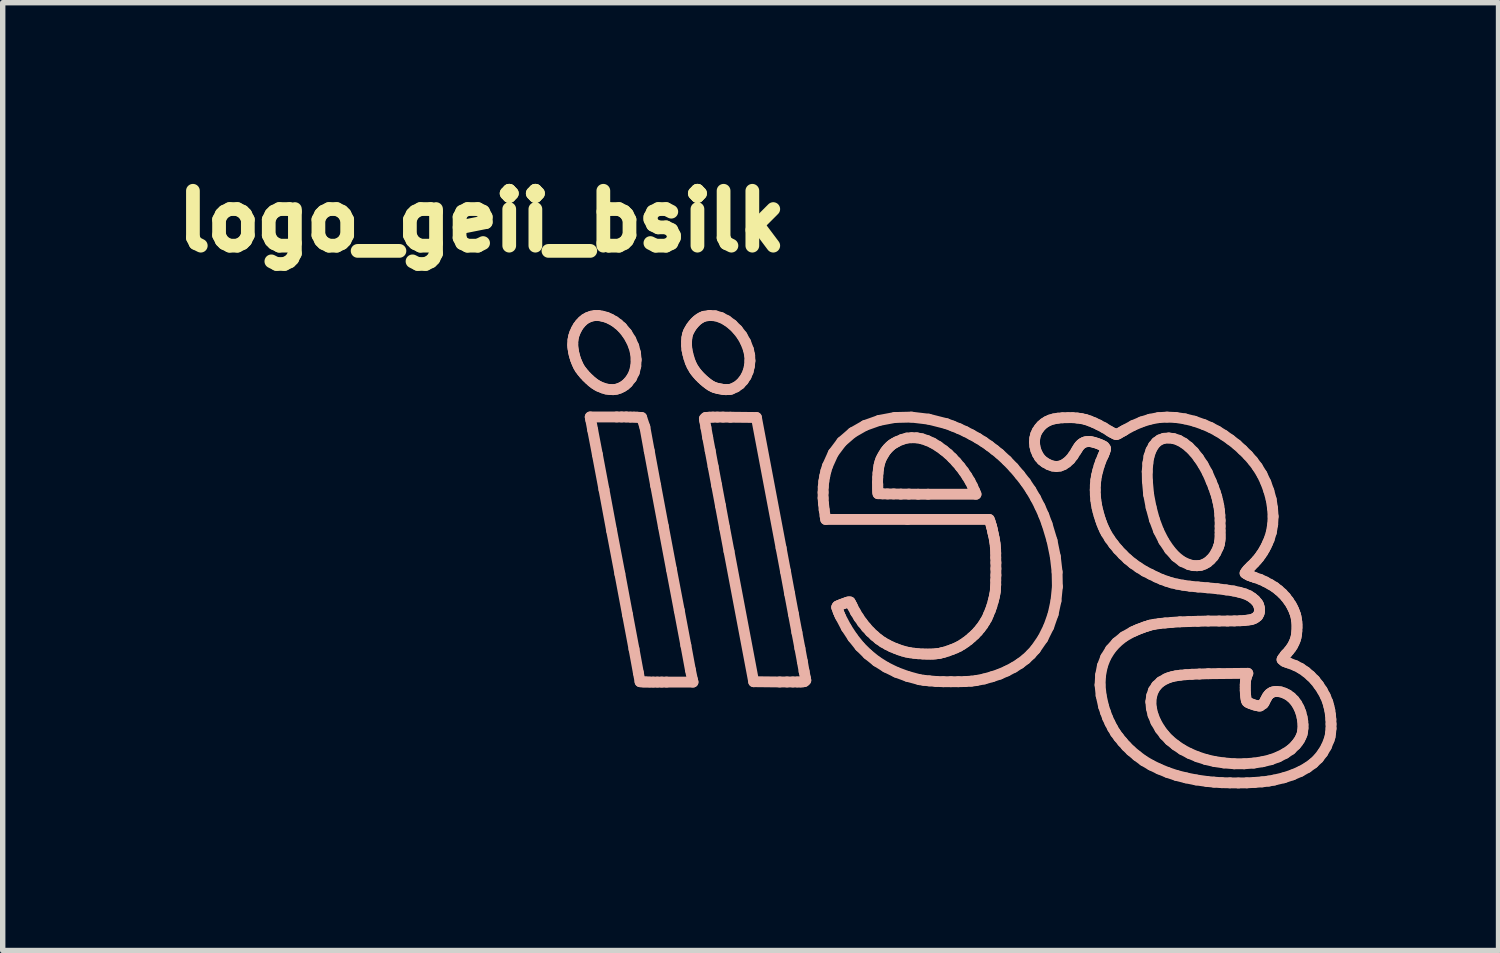
<source format=kicad_pcb>
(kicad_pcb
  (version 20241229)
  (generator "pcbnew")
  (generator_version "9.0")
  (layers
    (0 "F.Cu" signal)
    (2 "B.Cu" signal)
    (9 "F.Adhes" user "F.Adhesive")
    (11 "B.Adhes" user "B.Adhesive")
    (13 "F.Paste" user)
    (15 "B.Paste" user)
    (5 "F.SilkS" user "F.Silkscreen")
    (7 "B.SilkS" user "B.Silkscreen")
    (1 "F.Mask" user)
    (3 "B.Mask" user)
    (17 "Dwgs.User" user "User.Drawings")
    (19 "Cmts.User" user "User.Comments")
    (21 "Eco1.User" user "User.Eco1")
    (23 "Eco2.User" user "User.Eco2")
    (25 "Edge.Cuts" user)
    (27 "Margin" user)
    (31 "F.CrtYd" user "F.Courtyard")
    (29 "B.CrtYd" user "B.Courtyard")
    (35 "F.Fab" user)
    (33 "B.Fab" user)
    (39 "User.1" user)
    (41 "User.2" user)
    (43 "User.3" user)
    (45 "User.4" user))
  (footprint "logo_geii_bsilk"
    (layer "F.Cu")
    (at 5.867 1.04)
    (property "Reference" "logo_geii_bsilk" (at 0 0 0) (layer "F.SilkS") (effects (font (size 1.016 1.016) (thickness 0.305))))
    (attr through_hole)
    (fp_line (start 1.684 2.271) (end 1.687 2.205) (stroke (width 0.201) (type solid)) (layer "B.SilkS"))
    (fp_line (start 1.684 2.316) (end 1.684 2.271) (stroke (width 0.201) (type solid)) (layer "B.SilkS"))
    (fp_line (start 1.687 2.205) (end 1.699 2.139) (stroke (width 0.201) (type solid)) (layer "B.SilkS"))
    (fp_line (start 1.689 2.362) (end 1.684 2.316) (stroke (width 0.201) (type solid)) (layer "B.SilkS"))
    (fp_line (start 1.697 2.413) (end 1.689 2.362) (stroke (width 0.201) (type solid)) (layer "B.SilkS"))
    (fp_line (start 1.699 2.139) (end 1.72 2.075) (stroke (width 0.201) (type solid)) (layer "B.SilkS"))
    (fp_line (start 1.707 2.461) (end 1.697 2.413) (stroke (width 0.201) (type solid)) (layer "B.SilkS"))
    (fp_line (start 1.72 2.075) (end 1.748 2.012) (stroke (width 0.201) (type solid)) (layer "B.SilkS"))
    (fp_line (start 1.72 2.51) (end 1.707 2.461) (stroke (width 0.201) (type solid)) (layer "B.SilkS"))
    (fp_line (start 1.735 2.56) (end 1.72 2.51) (stroke (width 0.201) (type solid)) (layer "B.SilkS"))
    (fp_line (start 1.748 2.012) (end 1.781 1.953) (stroke (width 0.201) (type solid)) (layer "B.SilkS"))
    (fp_line (start 1.753 2.606) (end 1.735 2.56) (stroke (width 0.201) (type solid)) (layer "B.SilkS"))
    (fp_line (start 1.773 2.652) (end 1.753 2.606) (stroke (width 0.201) (type solid)) (layer "B.SilkS"))
    (fp_line (start 1.781 1.953) (end 1.819 1.902) (stroke (width 0.201) (type solid)) (layer "B.SilkS"))
    (fp_line (start 1.793 2.695) (end 1.773 2.652) (stroke (width 0.201) (type solid)) (layer "B.SilkS"))
    (fp_line (start 1.819 1.902) (end 1.864 1.854) (stroke (width 0.201) (type solid)) (layer "B.SilkS"))
    (fp_line (start 1.821 2.741) (end 1.793 2.695) (stroke (width 0.201) (type solid)) (layer "B.SilkS"))
    (fp_line (start 1.857 2.789) (end 1.821 2.741) (stroke (width 0.201) (type solid)) (layer "B.SilkS"))
    (fp_line (start 1.864 1.854) (end 1.91 1.816) (stroke (width 0.201) (type solid)) (layer "B.SilkS"))
    (fp_line (start 1.897 2.837) (end 1.857 2.789) (stroke (width 0.201) (type solid)) (layer "B.SilkS"))
    (fp_line (start 1.91 1.816) (end 1.963 1.786) (stroke (width 0.201) (type solid)) (layer "B.SilkS"))
    (fp_line (start 1.941 2.885) (end 1.897 2.837) (stroke (width 0.201) (type solid)) (layer "B.SilkS"))
    (fp_line (start 1.963 1.786) (end 2.024 1.763) (stroke (width 0.201) (type solid)) (layer "B.SilkS"))
    (fp_line (start 1.989 2.931) (end 1.941 2.885) (stroke (width 0.201) (type solid)) (layer "B.SilkS"))
    (fp_line (start 2.007 3.627) (end 2.497 3.627) (stroke (width 0.201) (type solid)) (layer "B.SilkS"))
    (fp_line (start 2.017 3.68) (end 2.007 3.627) (stroke (width 0.201) (type solid)) (layer "B.SilkS"))
    (fp_line (start 2.024 1.763) (end 2.093 1.75) (stroke (width 0.201) (type solid)) (layer "B.SilkS"))
    (fp_line (start 2.037 2.974) (end 1.989 2.931) (stroke (width 0.201) (type solid)) (layer "B.SilkS"))
    (fp_line (start 2.052 3.866) (end 2.017 3.68) (stroke (width 0.201) (type solid)) (layer "B.SilkS"))
    (fp_line (start 2.083 3.01) (end 2.037 2.974) (stroke (width 0.201) (type solid)) (layer "B.SilkS"))
    (fp_line (start 2.093 1.75) (end 2.162 1.75) (stroke (width 0.201) (type solid)) (layer "B.SilkS"))
    (fp_line (start 2.129 3.04) (end 2.083 3.01) (stroke (width 0.201) (type solid)) (layer "B.SilkS"))
    (fp_line (start 2.139 4.321) (end 2.052 3.866) (stroke (width 0.201) (type solid)) (layer "B.SilkS"))
    (fp_line (start 2.162 1.75) (end 2.235 1.763) (stroke (width 0.201) (type solid)) (layer "B.SilkS"))
    (fp_line (start 2.172 3.063) (end 2.129 3.04) (stroke (width 0.201) (type solid)) (layer "B.SilkS"))
    (fp_line (start 2.235 1.763) (end 2.309 1.783) (stroke (width 0.201) (type solid)) (layer "B.SilkS"))
    (fp_line (start 2.24 3.091) (end 2.172 3.063) (stroke (width 0.201) (type solid)) (layer "B.SilkS"))
    (fp_line (start 2.261 4.968) (end 2.139 4.321) (stroke (width 0.201) (type solid)) (layer "B.SilkS"))
    (fp_line (start 2.306 3.111) (end 2.24 3.091) (stroke (width 0.201) (type solid)) (layer "B.SilkS"))
    (fp_line (start 2.309 1.783) (end 2.383 1.816) (stroke (width 0.201) (type solid)) (layer "B.SilkS"))
    (fp_line (start 2.37 3.119) (end 2.306 3.111) (stroke (width 0.201) (type solid)) (layer "B.SilkS"))
    (fp_line (start 2.383 1.816) (end 2.456 1.857) (stroke (width 0.201) (type solid)) (layer "B.SilkS"))
    (fp_line (start 2.403 5.73) (end 2.261 4.968) (stroke (width 0.201) (type solid)) (layer "B.SilkS"))
    (fp_line (start 2.431 3.122) (end 2.37 3.119) (stroke (width 0.201) (type solid)) (layer "B.SilkS"))
    (fp_line (start 2.456 1.857) (end 2.525 1.908) (stroke (width 0.201) (type solid)) (layer "B.SilkS"))
    (fp_line (start 2.492 3.114) (end 2.431 3.122) (stroke (width 0.201) (type solid)) (layer "B.SilkS"))
    (fp_line (start 2.497 3.627) (end 2.588 3.627) (stroke (width 0.201) (type solid)) (layer "B.SilkS"))
    (fp_line (start 2.525 1.908) (end 2.593 1.968) (stroke (width 0.201) (type solid)) (layer "B.SilkS"))
    (fp_line (start 2.548 3.096) (end 2.492 3.114) (stroke (width 0.201) (type solid)) (layer "B.SilkS"))
    (fp_line (start 2.555 6.528) (end 2.403 5.73) (stroke (width 0.201) (type solid)) (layer "B.SilkS"))
    (fp_line (start 2.588 3.627) (end 2.675 3.627) (stroke (width 0.201) (type solid)) (layer "B.SilkS"))
    (fp_line (start 2.593 1.968) (end 2.685 2.078) (stroke (width 0.201) (type solid)) (layer "B.SilkS"))
    (fp_line (start 2.601 3.071) (end 2.548 3.096) (stroke (width 0.201) (type solid)) (layer "B.SilkS"))
    (fp_line (start 2.652 3.038) (end 2.601 3.071) (stroke (width 0.201) (type solid)) (layer "B.SilkS"))
    (fp_line (start 2.675 3.627) (end 2.751 3.63) (stroke (width 0.201) (type solid)) (layer "B.SilkS"))
    (fp_line (start 2.685 2.078) (end 2.758 2.197) (stroke (width 0.201) (type solid)) (layer "B.SilkS"))
    (fp_line (start 2.697 7.285) (end 2.555 6.528) (stroke (width 0.201) (type solid)) (layer "B.SilkS"))
    (fp_line (start 2.7 2.995) (end 2.652 3.038) (stroke (width 0.201) (type solid)) (layer "B.SilkS"))
    (fp_line (start 2.751 3.63) (end 2.819 3.63) (stroke (width 0.201) (type solid)) (layer "B.SilkS"))
    (fp_line (start 2.758 2.197) (end 2.812 2.319) (stroke (width 0.201) (type solid)) (layer "B.SilkS"))
    (fp_line (start 2.771 2.906) (end 2.7 2.995) (stroke (width 0.201) (type solid)) (layer "B.SilkS"))
    (fp_line (start 2.812 2.319) (end 2.845 2.443) (stroke (width 0.201) (type solid)) (layer "B.SilkS"))
    (fp_line (start 2.817 7.922) (end 2.697 7.285) (stroke (width 0.201) (type solid)) (layer "B.SilkS"))
    (fp_line (start 2.819 3.63) (end 2.875 3.632) (stroke (width 0.201) (type solid)) (layer "B.SilkS"))
    (fp_line (start 2.822 2.802) (end 2.771 2.906) (stroke (width 0.201) (type solid)) (layer "B.SilkS"))
    (fp_line (start 2.845 2.443) (end 2.857 2.568) (stroke (width 0.201) (type solid)) (layer "B.SilkS"))
    (fp_line (start 2.85 2.687) (end 2.822 2.802) (stroke (width 0.201) (type solid)) (layer "B.SilkS"))
    (fp_line (start 2.857 2.568) (end 2.85 2.687) (stroke (width 0.201) (type solid)) (layer "B.SilkS"))
    (fp_line (start 2.875 3.632) (end 2.924 3.635) (stroke (width 0.201) (type solid)) (layer "B.SilkS"))
    (fp_line (start 2.898 8.362) (end 2.817 7.922) (stroke (width 0.201) (type solid)) (layer "B.SilkS"))
    (fp_line (start 2.924 3.635) (end 2.959 3.637) (stroke (width 0.201) (type solid)) (layer "B.SilkS"))
    (fp_line (start 2.929 8.527) (end 2.898 8.362) (stroke (width 0.201) (type solid)) (layer "B.SilkS"))
    (fp_line (start 2.959 3.637) (end 3.018 3.813) (stroke (width 0.201) (type solid)) (layer "B.SilkS"))
    (fp_line (start 2.959 8.529) (end 2.929 8.527) (stroke (width 0.201) (type solid)) (layer "B.SilkS"))
    (fp_line (start 2.997 8.532) (end 2.959 8.529) (stroke (width 0.201) (type solid)) (layer "B.SilkS"))
    (fp_line (start 3.018 3.813) (end 3.099 4.255) (stroke (width 0.201) (type solid)) (layer "B.SilkS"))
    (fp_line (start 3.045 8.532) (end 2.997 8.532) (stroke (width 0.201) (type solid)) (layer "B.SilkS"))
    (fp_line (start 3.099 4.255) (end 3.218 4.895) (stroke (width 0.201) (type solid)) (layer "B.SilkS"))
    (fp_line (start 3.104 8.534) (end 3.045 8.532) (stroke (width 0.201) (type solid)) (layer "B.SilkS"))
    (fp_line (start 3.172 8.534) (end 3.104 8.534) (stroke (width 0.201) (type solid)) (layer "B.SilkS"))
    (fp_line (start 3.218 4.895) (end 3.36 5.652) (stroke (width 0.201) (type solid)) (layer "B.SilkS"))
    (fp_line (start 3.249 8.534) (end 3.172 8.534) (stroke (width 0.201) (type solid)) (layer "B.SilkS"))
    (fp_line (start 3.33 8.534) (end 3.249 8.534) (stroke (width 0.201) (type solid)) (layer "B.SilkS"))
    (fp_line (start 3.36 5.652) (end 3.51 6.447) (stroke (width 0.201) (type solid)) (layer "B.SilkS"))
    (fp_line (start 3.419 8.534) (end 3.33 8.534) (stroke (width 0.201) (type solid)) (layer "B.SilkS"))
    (fp_line (start 3.51 6.447) (end 3.655 7.209) (stroke (width 0.201) (type solid)) (layer "B.SilkS"))
    (fp_line (start 3.655 7.209) (end 3.777 7.854) (stroke (width 0.201) (type solid)) (layer "B.SilkS"))
    (fp_line (start 3.777 7.854) (end 3.861 8.308) (stroke (width 0.201) (type solid)) (layer "B.SilkS"))
    (fp_line (start 3.79 2.233) (end 3.795 2.164) (stroke (width 0.201) (type solid)) (layer "B.SilkS"))
    (fp_line (start 3.79 2.306) (end 3.79 2.233) (stroke (width 0.201) (type solid)) (layer "B.SilkS"))
    (fp_line (start 3.795 2.164) (end 3.807 2.101) (stroke (width 0.201) (type solid)) (layer "B.SilkS"))
    (fp_line (start 3.797 2.383) (end 3.79 2.306) (stroke (width 0.201) (type solid)) (layer "B.SilkS"))
    (fp_line (start 3.807 2.101) (end 3.825 2.052) (stroke (width 0.201) (type solid)) (layer "B.SilkS"))
    (fp_line (start 3.813 2.459) (end 3.797 2.383) (stroke (width 0.201) (type solid)) (layer "B.SilkS"))
    (fp_line (start 3.825 2.052) (end 3.851 2.004) (stroke (width 0.201) (type solid)) (layer "B.SilkS"))
    (fp_line (start 3.833 2.535) (end 3.813 2.459) (stroke (width 0.201) (type solid)) (layer "B.SilkS"))
    (fp_line (start 3.851 2.004) (end 3.879 1.958) (stroke (width 0.201) (type solid)) (layer "B.SilkS"))
    (fp_line (start 3.858 2.611) (end 3.833 2.535) (stroke (width 0.201) (type solid)) (layer "B.SilkS"))
    (fp_line (start 3.861 8.308) (end 3.899 8.491) (stroke (width 0.201) (type solid)) (layer "B.SilkS"))
    (fp_line (start 3.879 1.958) (end 3.912 1.915) (stroke (width 0.201) (type solid)) (layer "B.SilkS"))
    (fp_line (start 3.889 2.68) (end 3.858 2.611) (stroke (width 0.201) (type solid)) (layer "B.SilkS"))
    (fp_line (start 3.899 8.491) (end 3.909 8.534) (stroke (width 0.201) (type solid)) (layer "B.SilkS"))
    (fp_line (start 3.909 8.534) (end 3.419 8.534) (stroke (width 0.201) (type solid)) (layer "B.SilkS"))
    (fp_line (start 3.912 1.915) (end 3.947 1.875) (stroke (width 0.201) (type solid)) (layer "B.SilkS"))
    (fp_line (start 3.927 2.746) (end 3.889 2.68) (stroke (width 0.201) (type solid)) (layer "B.SilkS"))
    (fp_line (start 3.947 1.875) (end 3.985 1.839) (stroke (width 0.201) (type solid)) (layer "B.SilkS"))
    (fp_line (start 3.955 2.786) (end 3.927 2.746) (stroke (width 0.201) (type solid)) (layer "B.SilkS"))
    (fp_line (start 3.985 1.839) (end 4.026 1.808) (stroke (width 0.201) (type solid)) (layer "B.SilkS"))
    (fp_line (start 3.988 2.827) (end 3.955 2.786) (stroke (width 0.201) (type solid)) (layer "B.SilkS"))
    (fp_line (start 4.026 1.808) (end 4.069 1.783) (stroke (width 0.201) (type solid)) (layer "B.SilkS"))
    (fp_line (start 4.026 2.87) (end 3.988 2.827) (stroke (width 0.201) (type solid)) (layer "B.SilkS"))
    (fp_line (start 4.067 2.911) (end 4.026 2.87) (stroke (width 0.201) (type solid)) (layer "B.SilkS"))
    (fp_line (start 4.069 1.783) (end 4.11 1.765) (stroke (width 0.201) (type solid)) (layer "B.SilkS"))
    (fp_line (start 4.11 1.765) (end 4.214 1.748) (stroke (width 0.201) (type solid)) (layer "B.SilkS"))
    (fp_line (start 4.11 2.951) (end 4.067 2.911) (stroke (width 0.201) (type solid)) (layer "B.SilkS"))
    (fp_line (start 4.12 3.66) (end 4.143 3.637) (stroke (width 0.201) (type solid)) (layer "B.SilkS"))
    (fp_line (start 4.128 3.706) (end 4.12 3.66) (stroke (width 0.201) (type solid)) (layer "B.SilkS"))
    (fp_line (start 4.143 3.637) (end 4.171 3.635) (stroke (width 0.201) (type solid)) (layer "B.SilkS"))
    (fp_line (start 4.148 3.823) (end 4.128 3.706) (stroke (width 0.201) (type solid)) (layer "B.SilkS"))
    (fp_line (start 4.153 2.987) (end 4.11 2.951) (stroke (width 0.201) (type solid)) (layer "B.SilkS"))
    (fp_line (start 4.171 3.635) (end 4.214 3.632) (stroke (width 0.201) (type solid)) (layer "B.SilkS"))
    (fp_line (start 4.181 4.008) (end 4.148 3.823) (stroke (width 0.201) (type solid)) (layer "B.SilkS"))
    (fp_line (start 4.196 3.02) (end 4.153 2.987) (stroke (width 0.201) (type solid)) (layer "B.SilkS"))
    (fp_line (start 4.214 1.748) (end 4.321 1.755) (stroke (width 0.201) (type solid)) (layer "B.SilkS"))
    (fp_line (start 4.214 3.632) (end 4.275 3.63) (stroke (width 0.201) (type solid)) (layer "B.SilkS"))
    (fp_line (start 4.227 4.252) (end 4.181 4.008) (stroke (width 0.201) (type solid)) (layer "B.SilkS"))
    (fp_line (start 4.237 3.048) (end 4.196 3.02) (stroke (width 0.201) (type solid)) (layer "B.SilkS"))
    (fp_line (start 4.275 3.068) (end 4.237 3.048) (stroke (width 0.201) (type solid)) (layer "B.SilkS"))
    (fp_line (start 4.275 3.63) (end 4.359 3.63) (stroke (width 0.201) (type solid)) (layer "B.SilkS"))
    (fp_line (start 4.282 4.547) (end 4.227 4.252) (stroke (width 0.201) (type solid)) (layer "B.SilkS"))
    (fp_line (start 4.31 3.084) (end 4.275 3.068) (stroke (width 0.201) (type solid)) (layer "B.SilkS"))
    (fp_line (start 4.321 1.755) (end 4.43 1.788) (stroke (width 0.201) (type solid)) (layer "B.SilkS"))
    (fp_line (start 4.346 4.889) (end 4.282 4.547) (stroke (width 0.201) (type solid)) (layer "B.SilkS"))
    (fp_line (start 4.348 3.094) (end 4.31 3.084) (stroke (width 0.201) (type solid)) (layer "B.SilkS"))
    (fp_line (start 4.359 3.63) (end 4.465 3.63) (stroke (width 0.201) (type solid)) (layer "B.SilkS"))
    (fp_line (start 4.389 3.104) (end 4.348 3.094) (stroke (width 0.201) (type solid)) (layer "B.SilkS"))
    (fp_line (start 4.417 5.268) (end 4.346 4.889) (stroke (width 0.201) (type solid)) (layer "B.SilkS"))
    (fp_line (start 4.43 1.788) (end 4.536 1.844) (stroke (width 0.201) (type solid)) (layer "B.SilkS"))
    (fp_line (start 4.432 3.111) (end 4.389 3.104) (stroke (width 0.201) (type solid)) (layer "B.SilkS"))
    (fp_line (start 4.465 3.63) (end 4.6 3.632) (stroke (width 0.201) (type solid)) (layer "B.SilkS"))
    (fp_line (start 4.475 3.119) (end 4.432 3.111) (stroke (width 0.201) (type solid)) (layer "B.SilkS"))
    (fp_line (start 4.493 5.677) (end 4.417 5.268) (stroke (width 0.201) (type solid)) (layer "B.SilkS"))
    (fp_line (start 4.519 3.122) (end 4.475 3.119) (stroke (width 0.201) (type solid)) (layer "B.SilkS"))
    (fp_line (start 4.536 1.844) (end 4.638 1.92) (stroke (width 0.201) (type solid)) (layer "B.SilkS"))
    (fp_line (start 4.557 3.119) (end 4.519 3.122) (stroke (width 0.201) (type solid)) (layer "B.SilkS"))
    (fp_line (start 4.575 6.111) (end 4.493 5.677) (stroke (width 0.201) (type solid)) (layer "B.SilkS"))
    (fp_line (start 4.592 3.117) (end 4.557 3.119) (stroke (width 0.201) (type solid)) (layer "B.SilkS"))
    (fp_line (start 4.6 3.632) (end 5.083 3.637) (stroke (width 0.201) (type solid)) (layer "B.SilkS"))
    (fp_line (start 4.62 3.111) (end 4.592 3.117) (stroke (width 0.201) (type solid)) (layer "B.SilkS"))
    (fp_line (start 4.638 1.92) (end 4.732 2.014) (stroke (width 0.201) (type solid)) (layer "B.SilkS"))
    (fp_line (start 4.704 3.073) (end 4.62 3.111) (stroke (width 0.201) (type solid)) (layer "B.SilkS"))
    (fp_line (start 4.732 2.014) (end 4.816 2.123) (stroke (width 0.201) (type solid)) (layer "B.SilkS"))
    (fp_line (start 4.778 3.02) (end 4.704 3.073) (stroke (width 0.201) (type solid)) (layer "B.SilkS"))
    (fp_line (start 4.816 2.123) (end 4.884 2.245) (stroke (width 0.201) (type solid)) (layer "B.SilkS"))
    (fp_line (start 4.841 2.951) (end 4.778 3.02) (stroke (width 0.201) (type solid)) (layer "B.SilkS"))
    (fp_line (start 4.884 2.245) (end 4.935 2.38) (stroke (width 0.201) (type solid)) (layer "B.SilkS"))
    (fp_line (start 4.892 2.873) (end 4.841 2.951) (stroke (width 0.201) (type solid)) (layer "B.SilkS"))
    (fp_line (start 4.93 2.784) (end 4.892 2.873) (stroke (width 0.201) (type solid)) (layer "B.SilkS"))
    (fp_line (start 4.935 2.38) (end 4.958 2.484) (stroke (width 0.201) (type solid)) (layer "B.SilkS"))
    (fp_line (start 4.953 2.687) (end 4.93 2.784) (stroke (width 0.201) (type solid)) (layer "B.SilkS"))
    (fp_line (start 4.958 2.484) (end 4.963 2.588) (stroke (width 0.201) (type solid)) (layer "B.SilkS"))
    (fp_line (start 4.963 2.588) (end 4.953 2.687) (stroke (width 0.201) (type solid)) (layer "B.SilkS"))
    (fp_line (start 5.032 8.527) (end 4.575 6.111) (stroke (width 0.201) (type solid)) (layer "B.SilkS"))
    (fp_line (start 5.083 3.637) (end 5.54 6.053) (stroke (width 0.201) (type solid)) (layer "B.SilkS"))
    (fp_line (start 5.514 8.532) (end 5.032 8.527) (stroke (width 0.201) (type solid)) (layer "B.SilkS"))
    (fp_line (start 5.54 6.053) (end 5.621 6.485) (stroke (width 0.201) (type solid)) (layer "B.SilkS"))
    (fp_line (start 5.621 6.485) (end 5.697 6.896) (stroke (width 0.201) (type solid)) (layer "B.SilkS"))
    (fp_line (start 5.649 8.532) (end 5.514 8.532) (stroke (width 0.201) (type solid)) (layer "B.SilkS"))
    (fp_line (start 5.697 6.896) (end 5.768 7.275) (stroke (width 0.201) (type solid)) (layer "B.SilkS"))
    (fp_line (start 5.758 8.532) (end 5.649 8.532) (stroke (width 0.201) (type solid)) (layer "B.SilkS"))
    (fp_line (start 5.768 7.275) (end 5.832 7.615) (stroke (width 0.201) (type solid)) (layer "B.SilkS"))
    (fp_line (start 5.832 7.615) (end 5.888 7.91) (stroke (width 0.201) (type solid)) (layer "B.SilkS"))
    (fp_line (start 5.839 8.532) (end 5.758 8.532) (stroke (width 0.201) (type solid)) (layer "B.SilkS"))
    (fp_line (start 5.888 7.91) (end 5.933 8.153) (stroke (width 0.201) (type solid)) (layer "B.SilkS"))
    (fp_line (start 5.9 8.532) (end 5.839 8.532) (stroke (width 0.201) (type solid)) (layer "B.SilkS"))
    (fp_line (start 5.933 8.153) (end 5.966 8.339) (stroke (width 0.201) (type solid)) (layer "B.SilkS"))
    (fp_line (start 5.944 8.529) (end 5.9 8.532) (stroke (width 0.201) (type solid)) (layer "B.SilkS"))
    (fp_line (start 5.966 8.339) (end 5.989 8.458) (stroke (width 0.201) (type solid)) (layer "B.SilkS"))
    (fp_line (start 5.972 8.524) (end 5.944 8.529) (stroke (width 0.201) (type solid)) (layer "B.SilkS"))
    (fp_line (start 5.989 8.458) (end 5.997 8.501) (stroke (width 0.201) (type solid)) (layer "B.SilkS"))
    (fp_line (start 5.997 8.501) (end 5.972 8.524) (stroke (width 0.201) (type solid)) (layer "B.SilkS"))
    (fp_line (start 6.317 5.024) (end 6.32 4.92) (stroke (width 0.201) (type solid)) (layer "B.SilkS"))
    (fp_line (start 6.317 5.128) (end 6.317 5.024) (stroke (width 0.201) (type solid)) (layer "B.SilkS"))
    (fp_line (start 6.32 4.92) (end 6.33 4.821) (stroke (width 0.201) (type solid)) (layer "B.SilkS"))
    (fp_line (start 6.325 5.235) (end 6.317 5.128) (stroke (width 0.201) (type solid)) (layer "B.SilkS"))
    (fp_line (start 6.33 4.821) (end 6.347 4.724) (stroke (width 0.201) (type solid)) (layer "B.SilkS"))
    (fp_line (start 6.337 5.347) (end 6.325 5.235) (stroke (width 0.201) (type solid)) (layer "B.SilkS"))
    (fp_line (start 6.347 4.724) (end 6.368 4.63) (stroke (width 0.201) (type solid)) (layer "B.SilkS"))
    (fp_line (start 6.355 5.464) (end 6.337 5.347) (stroke (width 0.201) (type solid)) (layer "B.SilkS"))
    (fp_line (start 6.365 5.524) (end 6.355 5.464) (stroke (width 0.201) (type solid)) (layer "B.SilkS"))
    (fp_line (start 6.368 4.63) (end 6.396 4.539) (stroke (width 0.201) (type solid)) (layer "B.SilkS"))
    (fp_line (start 6.396 4.539) (end 6.505 4.298) (stroke (width 0.201) (type solid)) (layer "B.SilkS"))
    (fp_line (start 6.505 4.298) (end 6.662 4.089) (stroke (width 0.201) (type solid)) (layer "B.SilkS"))
    (fp_line (start 6.568 7.15) (end 6.581 7.127) (stroke (width 0.201) (type solid)) (layer "B.SilkS"))
    (fp_line (start 6.581 7.127) (end 6.607 7.117) (stroke (width 0.201) (type solid)) (layer "B.SilkS"))
    (fp_line (start 6.589 7.206) (end 6.568 7.15) (stroke (width 0.201) (type solid)) (layer "B.SilkS"))
    (fp_line (start 6.599 7.234) (end 6.589 7.206) (stroke (width 0.201) (type solid)) (layer "B.SilkS"))
    (fp_line (start 6.607 7.117) (end 6.64 7.102) (stroke (width 0.201) (type solid)) (layer "B.SilkS"))
    (fp_line (start 6.612 7.262) (end 6.599 7.234) (stroke (width 0.201) (type solid)) (layer "B.SilkS"))
    (fp_line (start 6.624 7.292) (end 6.612 7.262) (stroke (width 0.201) (type solid)) (layer "B.SilkS"))
    (fp_line (start 6.64 7.102) (end 6.675 7.089) (stroke (width 0.201) (type solid)) (layer "B.SilkS"))
    (fp_line (start 6.64 7.325) (end 6.624 7.292) (stroke (width 0.201) (type solid)) (layer "B.SilkS"))
    (fp_line (start 6.662 4.089) (end 6.861 3.917) (stroke (width 0.201) (type solid)) (layer "B.SilkS"))
    (fp_line (start 6.675 7.089) (end 6.716 7.074) (stroke (width 0.201) (type solid)) (layer "B.SilkS"))
    (fp_line (start 6.716 7.074) (end 6.751 7.061) (stroke (width 0.201) (type solid)) (layer "B.SilkS"))
    (fp_line (start 6.746 7.526) (end 6.64 7.325) (stroke (width 0.201) (type solid)) (layer "B.SilkS"))
    (fp_line (start 6.751 7.061) (end 6.782 7.051) (stroke (width 0.201) (type solid)) (layer "B.SilkS"))
    (fp_line (start 6.782 7.051) (end 6.817 7.051) (stroke (width 0.201) (type solid)) (layer "B.SilkS"))
    (fp_line (start 6.817 7.051) (end 6.83 7.079) (stroke (width 0.201) (type solid)) (layer "B.SilkS"))
    (fp_line (start 6.83 7.079) (end 6.845 7.104) (stroke (width 0.201) (type solid)) (layer "B.SilkS"))
    (fp_line (start 6.845 7.104) (end 6.861 7.135) (stroke (width 0.201) (type solid)) (layer "B.SilkS"))
    (fp_line (start 6.861 3.917) (end 7.092 3.785) (stroke (width 0.201) (type solid)) (layer "B.SilkS"))
    (fp_line (start 6.861 7.135) (end 6.916 7.239) (stroke (width 0.201) (type solid)) (layer "B.SilkS"))
    (fp_line (start 6.866 7.709) (end 6.746 7.526) (stroke (width 0.201) (type solid)) (layer "B.SilkS"))
    (fp_line (start 6.916 7.239) (end 6.977 7.338) (stroke (width 0.201) (type solid)) (layer "B.SilkS"))
    (fp_line (start 6.977 7.338) (end 7.043 7.432) (stroke (width 0.201) (type solid)) (layer "B.SilkS"))
    (fp_line (start 6.998 7.874) (end 6.866 7.709) (stroke (width 0.201) (type solid)) (layer "B.SilkS"))
    (fp_line (start 7.043 7.432) (end 7.115 7.521) (stroke (width 0.201) (type solid)) (layer "B.SilkS"))
    (fp_line (start 7.092 3.785) (end 7.356 3.691) (stroke (width 0.201) (type solid)) (layer "B.SilkS"))
    (fp_line (start 7.115 7.521) (end 7.188 7.602) (stroke (width 0.201) (type solid)) (layer "B.SilkS"))
    (fp_line (start 7.145 8.019) (end 6.998 7.874) (stroke (width 0.201) (type solid)) (layer "B.SilkS"))
    (fp_line (start 7.188 7.602) (end 7.267 7.676) (stroke (width 0.201) (type solid)) (layer "B.SilkS"))
    (fp_line (start 7.267 7.676) (end 7.346 7.742) (stroke (width 0.201) (type solid)) (layer "B.SilkS"))
    (fp_line (start 7.305 8.148) (end 7.145 8.019) (stroke (width 0.201) (type solid)) (layer "B.SilkS"))
    (fp_line (start 7.325 4.831) (end 7.328 4.745) (stroke (width 0.201) (type solid)) (layer "B.SilkS"))
    (fp_line (start 7.328 4.745) (end 7.333 4.666) (stroke (width 0.201) (type solid)) (layer "B.SilkS"))
    (fp_line (start 7.328 4.874) (end 7.325 4.831) (stroke (width 0.201) (type solid)) (layer "B.SilkS"))
    (fp_line (start 7.328 4.912) (end 7.328 4.874) (stroke (width 0.201) (type solid)) (layer "B.SilkS"))
    (fp_line (start 7.328 4.95) (end 7.328 4.912) (stroke (width 0.201) (type solid)) (layer "B.SilkS"))
    (fp_line (start 7.33 4.986) (end 7.328 4.95) (stroke (width 0.201) (type solid)) (layer "B.SilkS"))
    (fp_line (start 7.33 5.016) (end 7.33 4.986) (stroke (width 0.201) (type solid)) (layer "B.SilkS"))
    (fp_line (start 7.333 4.666) (end 7.341 4.595) (stroke (width 0.201) (type solid)) (layer "B.SilkS"))
    (fp_line (start 7.333 5.047) (end 7.33 5.016) (stroke (width 0.201) (type solid)) (layer "B.SilkS"))
    (fp_line (start 7.341 4.595) (end 7.351 4.529) (stroke (width 0.201) (type solid)) (layer "B.SilkS"))
    (fp_line (start 7.346 7.742) (end 7.427 7.798) (stroke (width 0.201) (type solid)) (layer "B.SilkS"))
    (fp_line (start 7.351 4.529) (end 7.366 4.47) (stroke (width 0.201) (type solid)) (layer "B.SilkS"))
    (fp_line (start 7.356 3.691) (end 7.643 3.637) (stroke (width 0.201) (type solid)) (layer "B.SilkS"))
    (fp_line (start 7.366 4.47) (end 7.384 4.417) (stroke (width 0.201) (type solid)) (layer "B.SilkS"))
    (fp_line (start 7.384 4.417) (end 7.407 4.369) (stroke (width 0.201) (type solid)) (layer "B.SilkS"))
    (fp_line (start 7.407 4.369) (end 7.435 4.321) (stroke (width 0.201) (type solid)) (layer "B.SilkS"))
    (fp_line (start 7.419 5.05) (end 7.333 5.047) (stroke (width 0.201) (type solid)) (layer "B.SilkS"))
    (fp_line (start 7.427 7.798) (end 7.508 7.844) (stroke (width 0.201) (type solid)) (layer "B.SilkS"))
    (fp_line (start 7.435 4.321) (end 7.465 4.272) (stroke (width 0.201) (type solid)) (layer "B.SilkS"))
    (fp_line (start 7.465 4.272) (end 7.49 4.239) (stroke (width 0.201) (type solid)) (layer "B.SilkS"))
    (fp_line (start 7.48 8.258) (end 7.305 8.148) (stroke (width 0.201) (type solid)) (layer "B.SilkS"))
    (fp_line (start 7.49 4.239) (end 7.513 4.211) (stroke (width 0.201) (type solid)) (layer "B.SilkS"))
    (fp_line (start 7.508 5.052) (end 7.419 5.05) (stroke (width 0.201) (type solid)) (layer "B.SilkS"))
    (fp_line (start 7.508 7.844) (end 7.584 7.882) (stroke (width 0.201) (type solid)) (layer "B.SilkS"))
    (fp_line (start 7.513 4.211) (end 7.536 4.188) (stroke (width 0.201) (type solid)) (layer "B.SilkS"))
    (fp_line (start 7.536 4.188) (end 7.556 4.168) (stroke (width 0.201) (type solid)) (layer "B.SilkS"))
    (fp_line (start 7.556 4.168) (end 7.577 4.15) (stroke (width 0.201) (type solid)) (layer "B.SilkS"))
    (fp_line (start 7.577 4.15) (end 7.6 4.133) (stroke (width 0.201) (type solid)) (layer "B.SilkS"))
    (fp_line (start 7.584 7.882) (end 7.658 7.912) (stroke (width 0.201) (type solid)) (layer "B.SilkS"))
    (fp_line (start 7.6 4.133) (end 7.625 4.117) (stroke (width 0.201) (type solid)) (layer "B.SilkS"))
    (fp_line (start 7.623 5.052) (end 7.508 5.052) (stroke (width 0.201) (type solid)) (layer "B.SilkS"))
    (fp_line (start 7.625 4.117) (end 7.656 4.1) (stroke (width 0.201) (type solid)) (layer "B.SilkS"))
    (fp_line (start 7.643 3.637) (end 7.95 3.63) (stroke (width 0.201) (type solid)) (layer "B.SilkS"))
    (fp_line (start 7.656 4.1) (end 7.689 4.082) (stroke (width 0.201) (type solid)) (layer "B.SilkS"))
    (fp_line (start 7.658 7.912) (end 7.724 7.938) (stroke (width 0.201) (type solid)) (layer "B.SilkS"))
    (fp_line (start 7.671 8.352) (end 7.48 8.258) (stroke (width 0.201) (type solid)) (layer "B.SilkS"))
    (fp_line (start 7.689 4.082) (end 7.777 4.044) (stroke (width 0.201) (type solid)) (layer "B.SilkS"))
    (fp_line (start 7.724 7.938) (end 7.793 7.96) (stroke (width 0.201) (type solid)) (layer "B.SilkS"))
    (fp_line (start 7.755 5.055) (end 7.623 5.052) (stroke (width 0.201) (type solid)) (layer "B.SilkS"))
    (fp_line (start 7.777 4.044) (end 7.866 4.018) (stroke (width 0.201) (type solid)) (layer "B.SilkS"))
    (fp_line (start 7.793 7.96) (end 7.859 7.978) (stroke (width 0.201) (type solid)) (layer "B.SilkS"))
    (fp_line (start 7.859 7.978) (end 7.927 7.991) (stroke (width 0.201) (type solid)) (layer "B.SilkS"))
    (fp_line (start 7.866 4.018) (end 7.955 4.011) (stroke (width 0.201) (type solid)) (layer "B.SilkS"))
    (fp_line (start 7.877 8.428) (end 7.671 8.352) (stroke (width 0.201) (type solid)) (layer "B.SilkS"))
    (fp_line (start 7.879 5.524) (end 6.365 5.524) (stroke (width 0.201) (type solid)) (layer "B.SilkS"))
    (fp_line (start 7.904 5.055) (end 7.755 5.055) (stroke (width 0.201) (type solid)) (layer "B.SilkS"))
    (fp_line (start 7.927 7.991) (end 8.001 8.001) (stroke (width 0.201) (type solid)) (layer "B.SilkS"))
    (fp_line (start 7.95 3.63) (end 8.27 3.668) (stroke (width 0.201) (type solid)) (layer "B.SilkS"))
    (fp_line (start 7.955 4.011) (end 8.049 4.013) (stroke (width 0.201) (type solid)) (layer "B.SilkS"))
    (fp_line (start 8.001 8.001) (end 8.077 8.009) (stroke (width 0.201) (type solid)) (layer "B.SilkS"))
    (fp_line (start 8.049 4.013) (end 8.146 4.031) (stroke (width 0.201) (type solid)) (layer "B.SilkS"))
    (fp_line (start 8.075 5.057) (end 7.904 5.055) (stroke (width 0.201) (type solid)) (layer "B.SilkS"))
    (fp_line (start 8.077 8.009) (end 8.164 8.014) (stroke (width 0.201) (type solid)) (layer "B.SilkS"))
    (fp_line (start 8.1 8.489) (end 7.877 8.428) (stroke (width 0.201) (type solid)) (layer "B.SilkS"))
    (fp_line (start 8.146 4.031) (end 8.245 4.064) (stroke (width 0.201) (type solid)) (layer "B.SilkS"))
    (fp_line (start 8.164 8.014) (end 8.227 8.016) (stroke (width 0.201) (type solid)) (layer "B.SilkS"))
    (fp_line (start 8.179 8.501) (end 8.1 8.489) (stroke (width 0.201) (type solid)) (layer "B.SilkS"))
    (fp_line (start 8.227 8.016) (end 8.283 8.016) (stroke (width 0.201) (type solid)) (layer "B.SilkS"))
    (fp_line (start 8.245 4.064) (end 8.346 4.11) (stroke (width 0.201) (type solid)) (layer "B.SilkS"))
    (fp_line (start 8.26 5.057) (end 8.075 5.057) (stroke (width 0.201) (type solid)) (layer "B.SilkS"))
    (fp_line (start 8.27 3.668) (end 8.6 3.752) (stroke (width 0.201) (type solid)) (layer "B.SilkS"))
    (fp_line (start 8.283 8.016) (end 8.329 8.016) (stroke (width 0.201) (type solid)) (layer "B.SilkS"))
    (fp_line (start 8.283 8.512) (end 8.179 8.501) (stroke (width 0.201) (type solid)) (layer "B.SilkS"))
    (fp_line (start 8.329 8.016) (end 8.369 8.014) (stroke (width 0.201) (type solid)) (layer "B.SilkS"))
    (fp_line (start 8.346 4.11) (end 8.448 4.171) (stroke (width 0.201) (type solid)) (layer "B.SilkS"))
    (fp_line (start 8.369 8.014) (end 8.407 8.011) (stroke (width 0.201) (type solid)) (layer "B.SilkS"))
    (fp_line (start 8.405 8.522) (end 8.283 8.512) (stroke (width 0.201) (type solid)) (layer "B.SilkS"))
    (fp_line (start 8.407 8.011) (end 8.443 8.006) (stroke (width 0.201) (type solid)) (layer "B.SilkS"))
    (fp_line (start 8.443 8.006) (end 8.479 8.001) (stroke (width 0.201) (type solid)) (layer "B.SilkS"))
    (fp_line (start 8.448 4.171) (end 8.552 4.247) (stroke (width 0.201) (type solid)) (layer "B.SilkS"))
    (fp_line (start 8.479 8.001) (end 8.514 7.991) (stroke (width 0.201) (type solid)) (layer "B.SilkS"))
    (fp_line (start 8.514 7.991) (end 8.557 7.981) (stroke (width 0.201) (type solid)) (layer "B.SilkS"))
    (fp_line (start 8.542 8.527) (end 8.405 8.522) (stroke (width 0.201) (type solid)) (layer "B.SilkS"))
    (fp_line (start 8.552 4.247) (end 8.633 4.313) (stroke (width 0.201) (type solid)) (layer "B.SilkS"))
    (fp_line (start 8.557 7.981) (end 8.631 7.958) (stroke (width 0.201) (type solid)) (layer "B.SilkS"))
    (fp_line (start 8.6 3.752) (end 8.715 3.795) (stroke (width 0.201) (type solid)) (layer "B.SilkS"))
    (fp_line (start 8.631 7.958) (end 8.702 7.932) (stroke (width 0.201) (type solid)) (layer "B.SilkS"))
    (fp_line (start 8.633 4.313) (end 8.71 4.387) (stroke (width 0.201) (type solid)) (layer "B.SilkS"))
    (fp_line (start 8.682 8.527) (end 8.542 8.527) (stroke (width 0.201) (type solid)) (layer "B.SilkS"))
    (fp_line (start 8.702 7.932) (end 8.771 7.904) (stroke (width 0.201) (type solid)) (layer "B.SilkS"))
    (fp_line (start 8.71 4.387) (end 8.783 4.465) (stroke (width 0.201) (type solid)) (layer "B.SilkS"))
    (fp_line (start 8.715 3.795) (end 8.832 3.843) (stroke (width 0.201) (type solid)) (layer "B.SilkS"))
    (fp_line (start 8.771 7.904) (end 8.834 7.874) (stroke (width 0.201) (type solid)) (layer "B.SilkS"))
    (fp_line (start 8.783 4.465) (end 8.854 4.549) (stroke (width 0.201) (type solid)) (layer "B.SilkS"))
    (fp_line (start 8.819 8.527) (end 8.682 8.527) (stroke (width 0.201) (type solid)) (layer "B.SilkS"))
    (fp_line (start 8.832 3.843) (end 8.948 3.896) (stroke (width 0.201) (type solid)) (layer "B.SilkS"))
    (fp_line (start 8.834 7.874) (end 8.895 7.838) (stroke (width 0.201) (type solid)) (layer "B.SilkS"))
    (fp_line (start 8.854 4.549) (end 8.92 4.636) (stroke (width 0.201) (type solid)) (layer "B.SilkS"))
    (fp_line (start 8.895 7.838) (end 8.954 7.798) (stroke (width 0.201) (type solid)) (layer "B.SilkS"))
    (fp_line (start 8.92 4.636) (end 8.979 4.724) (stroke (width 0.201) (type solid)) (layer "B.SilkS"))
    (fp_line (start 8.948 3.896) (end 9.065 3.957) (stroke (width 0.201) (type solid)) (layer "B.SilkS"))
    (fp_line (start 8.948 8.524) (end 8.819 8.527) (stroke (width 0.201) (type solid)) (layer "B.SilkS"))
    (fp_line (start 8.954 7.798) (end 9.012 7.755) (stroke (width 0.201) (type solid)) (layer "B.SilkS"))
    (fp_line (start 8.979 4.724) (end 9.035 4.816) (stroke (width 0.201) (type solid)) (layer "B.SilkS"))
    (fp_line (start 9.012 7.755) (end 9.068 7.706) (stroke (width 0.201) (type solid)) (layer "B.SilkS"))
    (fp_line (start 9.035 4.816) (end 9.083 4.91) (stroke (width 0.201) (type solid)) (layer "B.SilkS"))
    (fp_line (start 9.06 8.517) (end 8.948 8.524) (stroke (width 0.201) (type solid)) (layer "B.SilkS"))
    (fp_line (start 9.065 3.957) (end 9.18 4.021) (stroke (width 0.201) (type solid)) (layer "B.SilkS"))
    (fp_line (start 9.068 7.706) (end 9.124 7.656) (stroke (width 0.201) (type solid)) (layer "B.SilkS"))
    (fp_line (start 9.083 4.91) (end 9.124 5.001) (stroke (width 0.201) (type solid)) (layer "B.SilkS"))
    (fp_line (start 9.124 5.001) (end 9.147 5.057) (stroke (width 0.201) (type solid)) (layer "B.SilkS"))
    (fp_line (start 9.124 7.656) (end 9.18 7.597) (stroke (width 0.201) (type solid)) (layer "B.SilkS"))
    (fp_line (start 9.147 5.057) (end 8.26 5.057) (stroke (width 0.201) (type solid)) (layer "B.SilkS"))
    (fp_line (start 9.149 8.506) (end 9.06 8.517) (stroke (width 0.201) (type solid)) (layer "B.SilkS"))
    (fp_line (start 9.18 4.021) (end 9.289 4.089) (stroke (width 0.201) (type solid)) (layer "B.SilkS"))
    (fp_line (start 9.18 7.597) (end 9.228 7.539) (stroke (width 0.201) (type solid)) (layer "B.SilkS"))
    (fp_line (start 9.228 7.539) (end 9.274 7.478) (stroke (width 0.201) (type solid)) (layer "B.SilkS"))
    (fp_line (start 9.274 7.478) (end 9.312 7.417) (stroke (width 0.201) (type solid)) (layer "B.SilkS"))
    (fp_line (start 9.289 4.089) (end 9.395 4.163) (stroke (width 0.201) (type solid)) (layer "B.SilkS"))
    (fp_line (start 9.299 8.476) (end 9.149 8.506) (stroke (width 0.201) (type solid)) (layer "B.SilkS"))
    (fp_line (start 9.312 7.417) (end 9.35 7.353) (stroke (width 0.201) (type solid)) (layer "B.SilkS"))
    (fp_line (start 9.35 7.353) (end 9.38 7.282) (stroke (width 0.201) (type solid)) (layer "B.SilkS"))
    (fp_line (start 9.38 7.282) (end 9.411 7.209) (stroke (width 0.201) (type solid)) (layer "B.SilkS"))
    (fp_line (start 9.393 5.524) (end 7.879 5.524) (stroke (width 0.201) (type solid)) (layer "B.SilkS"))
    (fp_line (start 9.395 4.163) (end 9.492 4.237) (stroke (width 0.201) (type solid)) (layer "B.SilkS"))
    (fp_line (start 9.411 5.573) (end 9.393 5.524) (stroke (width 0.201) (type solid)) (layer "B.SilkS"))
    (fp_line (start 9.411 7.209) (end 9.439 7.13) (stroke (width 0.201) (type solid)) (layer "B.SilkS"))
    (fp_line (start 9.426 5.626) (end 9.411 5.573) (stroke (width 0.201) (type solid)) (layer "B.SilkS"))
    (fp_line (start 9.434 5.652) (end 9.426 5.626) (stroke (width 0.201) (type solid)) (layer "B.SilkS"))
    (fp_line (start 9.439 7.13) (end 9.464 7.043) (stroke (width 0.201) (type solid)) (layer "B.SilkS"))
    (fp_line (start 9.441 5.679) (end 9.434 5.652) (stroke (width 0.201) (type solid)) (layer "B.SilkS"))
    (fp_line (start 9.444 8.435) (end 9.299 8.476) (stroke (width 0.201) (type solid)) (layer "B.SilkS"))
    (fp_line (start 9.449 5.712) (end 9.441 5.679) (stroke (width 0.201) (type solid)) (layer "B.SilkS"))
    (fp_line (start 9.456 5.748) (end 9.449 5.712) (stroke (width 0.201) (type solid)) (layer "B.SilkS"))
    (fp_line (start 9.464 5.784) (end 9.456 5.748) (stroke (width 0.201) (type solid)) (layer "B.SilkS"))
    (fp_line (start 9.464 7.043) (end 9.477 6.99) (stroke (width 0.201) (type solid)) (layer "B.SilkS"))
    (fp_line (start 9.472 5.819) (end 9.464 5.784) (stroke (width 0.201) (type solid)) (layer "B.SilkS"))
    (fp_line (start 9.477 6.99) (end 9.489 6.942) (stroke (width 0.201) (type solid)) (layer "B.SilkS"))
    (fp_line (start 9.484 5.872) (end 9.472 5.819) (stroke (width 0.201) (type solid)) (layer "B.SilkS"))
    (fp_line (start 9.489 6.942) (end 9.497 6.896) (stroke (width 0.201) (type solid)) (layer "B.SilkS"))
    (fp_line (start 9.492 4.237) (end 9.583 4.31) (stroke (width 0.201) (type solid)) (layer "B.SilkS"))
    (fp_line (start 9.492 5.923) (end 9.484 5.872) (stroke (width 0.201) (type solid)) (layer "B.SilkS"))
    (fp_line (start 9.497 6.896) (end 9.505 6.848) (stroke (width 0.201) (type solid)) (layer "B.SilkS"))
    (fp_line (start 9.5 5.972) (end 9.492 5.923) (stroke (width 0.201) (type solid)) (layer "B.SilkS"))
    (fp_line (start 9.505 6.025) (end 9.5 5.972) (stroke (width 0.201) (type solid)) (layer "B.SilkS"))
    (fp_line (start 9.505 6.848) (end 9.507 6.795) (stroke (width 0.201) (type solid)) (layer "B.SilkS"))
    (fp_line (start 9.507 6.795) (end 9.512 6.731) (stroke (width 0.201) (type solid)) (layer "B.SilkS"))
    (fp_line (start 9.51 6.083) (end 9.505 6.025) (stroke (width 0.201) (type solid)) (layer "B.SilkS"))
    (fp_line (start 9.512 6.149) (end 9.51 6.083) (stroke (width 0.201) (type solid)) (layer "B.SilkS"))
    (fp_line (start 9.512 6.228) (end 9.512 6.149) (stroke (width 0.201) (type solid)) (layer "B.SilkS"))
    (fp_line (start 9.512 6.652) (end 9.515 6.556) (stroke (width 0.201) (type solid)) (layer "B.SilkS"))
    (fp_line (start 9.512 6.731) (end 9.512 6.652) (stroke (width 0.201) (type solid)) (layer "B.SilkS"))
    (fp_line (start 9.515 6.325) (end 9.512 6.228) (stroke (width 0.201) (type solid)) (layer "B.SilkS"))
    (fp_line (start 9.515 6.436) (end 9.515 6.325) (stroke (width 0.201) (type solid)) (layer "B.SilkS"))
    (fp_line (start 9.515 6.556) (end 9.515 6.436) (stroke (width 0.201) (type solid)) (layer "B.SilkS"))
    (fp_line (start 9.583 4.31) (end 9.718 4.435) (stroke (width 0.201) (type solid)) (layer "B.SilkS"))
    (fp_line (start 9.586 8.387) (end 9.444 8.435) (stroke (width 0.201) (type solid)) (layer "B.SilkS"))
    (fp_line (start 9.718 4.435) (end 9.842 4.564) (stroke (width 0.201) (type solid)) (layer "B.SilkS"))
    (fp_line (start 9.718 8.329) (end 9.586 8.387) (stroke (width 0.201) (type solid)) (layer "B.SilkS"))
    (fp_line (start 9.842 4.564) (end 9.957 4.699) (stroke (width 0.201) (type solid)) (layer "B.SilkS"))
    (fp_line (start 9.845 8.263) (end 9.718 8.329) (stroke (width 0.201) (type solid)) (layer "B.SilkS"))
    (fp_line (start 9.957 4.699) (end 10.066 4.839) (stroke (width 0.201) (type solid)) (layer "B.SilkS"))
    (fp_line (start 9.962 8.189) (end 9.845 8.263) (stroke (width 0.201) (type solid)) (layer "B.SilkS"))
    (fp_line (start 10.066 4.839) (end 10.163 4.983) (stroke (width 0.201) (type solid)) (layer "B.SilkS"))
    (fp_line (start 10.069 8.108) (end 9.962 8.189) (stroke (width 0.201) (type solid)) (layer "B.SilkS"))
    (fp_line (start 10.163 4.983) (end 10.251 5.133) (stroke (width 0.201) (type solid)) (layer "B.SilkS"))
    (fp_line (start 10.163 8.019) (end 10.069 8.108) (stroke (width 0.201) (type solid)) (layer "B.SilkS"))
    (fp_line (start 10.229 4.094) (end 10.234 4.023) (stroke (width 0.201) (type solid)) (layer "B.SilkS"))
    (fp_line (start 10.234 4.023) (end 10.251 3.952) (stroke (width 0.201) (type solid)) (layer "B.SilkS"))
    (fp_line (start 10.236 4.168) (end 10.229 4.094) (stroke (width 0.201) (type solid)) (layer "B.SilkS"))
    (fp_line (start 10.246 7.927) (end 10.163 8.019) (stroke (width 0.201) (type solid)) (layer "B.SilkS"))
    (fp_line (start 10.251 3.952) (end 10.279 3.889) (stroke (width 0.201) (type solid)) (layer "B.SilkS"))
    (fp_line (start 10.251 5.133) (end 10.33 5.288) (stroke (width 0.201) (type solid)) (layer "B.SilkS"))
    (fp_line (start 10.254 4.242) (end 10.236 4.168) (stroke (width 0.201) (type solid)) (layer "B.SilkS"))
    (fp_line (start 10.279 3.889) (end 10.317 3.833) (stroke (width 0.201) (type solid)) (layer "B.SilkS"))
    (fp_line (start 10.282 4.31) (end 10.254 4.242) (stroke (width 0.201) (type solid)) (layer "B.SilkS"))
    (fp_line (start 10.317 3.833) (end 10.358 3.785) (stroke (width 0.201) (type solid)) (layer "B.SilkS"))
    (fp_line (start 10.32 4.374) (end 10.282 4.31) (stroke (width 0.201) (type solid)) (layer "B.SilkS"))
    (fp_line (start 10.33 5.288) (end 10.401 5.448) (stroke (width 0.201) (type solid)) (layer "B.SilkS"))
    (fp_line (start 10.358 3.785) (end 10.406 3.744) (stroke (width 0.201) (type solid)) (layer "B.SilkS"))
    (fp_line (start 10.366 4.427) (end 10.32 4.374) (stroke (width 0.201) (type solid)) (layer "B.SilkS"))
    (fp_line (start 10.384 7.727) (end 10.246 7.927) (stroke (width 0.201) (type solid)) (layer "B.SilkS"))
    (fp_line (start 10.401 5.448) (end 10.462 5.611) (stroke (width 0.201) (type solid)) (layer "B.SilkS"))
    (fp_line (start 10.406 3.744) (end 10.457 3.711) (stroke (width 0.201) (type solid)) (layer "B.SilkS"))
    (fp_line (start 10.422 4.47) (end 10.366 4.427) (stroke (width 0.201) (type solid)) (layer "B.SilkS"))
    (fp_line (start 10.457 3.711) (end 10.518 3.683) (stroke (width 0.201) (type solid)) (layer "B.SilkS"))
    (fp_line (start 10.462 5.611) (end 10.554 5.916) (stroke (width 0.201) (type solid)) (layer "B.SilkS"))
    (fp_line (start 10.493 7.508) (end 10.384 7.727) (stroke (width 0.201) (type solid)) (layer "B.SilkS"))
    (fp_line (start 10.495 4.511) (end 10.422 4.47) (stroke (width 0.201) (type solid)) (layer "B.SilkS"))
    (fp_line (start 10.518 3.683) (end 10.587 3.663) (stroke (width 0.201) (type solid)) (layer "B.SilkS"))
    (fp_line (start 10.554 5.916) (end 10.615 6.213) (stroke (width 0.201) (type solid)) (layer "B.SilkS"))
    (fp_line (start 10.566 4.536) (end 10.495 4.511) (stroke (width 0.201) (type solid)) (layer "B.SilkS"))
    (fp_line (start 10.574 7.277) (end 10.493 7.508) (stroke (width 0.201) (type solid)) (layer "B.SilkS"))
    (fp_line (start 10.587 3.663) (end 10.663 3.65) (stroke (width 0.201) (type solid)) (layer "B.SilkS"))
    (fp_line (start 10.615 6.213) (end 10.648 6.497) (stroke (width 0.201) (type solid)) (layer "B.SilkS"))
    (fp_line (start 10.627 7.031) (end 10.574 7.277) (stroke (width 0.201) (type solid)) (layer "B.SilkS"))
    (fp_line (start 10.635 4.544) (end 10.566 4.536) (stroke (width 0.201) (type solid)) (layer "B.SilkS"))
    (fp_line (start 10.648 6.497) (end 10.653 6.769) (stroke (width 0.201) (type solid)) (layer "B.SilkS"))
    (fp_line (start 10.653 6.769) (end 10.627 7.031) (stroke (width 0.201) (type solid)) (layer "B.SilkS"))
    (fp_line (start 10.663 3.65) (end 10.749 3.642) (stroke (width 0.201) (type solid)) (layer "B.SilkS"))
    (fp_line (start 10.704 4.536) (end 10.635 4.544) (stroke (width 0.201) (type solid)) (layer "B.SilkS"))
    (fp_line (start 10.749 3.642) (end 10.848 3.64) (stroke (width 0.201) (type solid)) (layer "B.SilkS"))
    (fp_line (start 10.767 4.511) (end 10.704 4.536) (stroke (width 0.201) (type solid)) (layer "B.SilkS"))
    (fp_line (start 10.828 4.47) (end 10.767 4.511) (stroke (width 0.201) (type solid)) (layer "B.SilkS"))
    (fp_line (start 10.848 3.64) (end 10.937 3.64) (stroke (width 0.201) (type solid)) (layer "B.SilkS"))
    (fp_line (start 10.889 4.415) (end 10.828 4.47) (stroke (width 0.201) (type solid)) (layer "B.SilkS"))
    (fp_line (start 10.937 3.64) (end 11.021 3.647) (stroke (width 0.201) (type solid)) (layer "B.SilkS"))
    (fp_line (start 10.945 4.343) (end 10.889 4.415) (stroke (width 0.201) (type solid)) (layer "B.SilkS"))
    (fp_line (start 11.001 4.255) (end 10.945 4.343) (stroke (width 0.201) (type solid)) (layer "B.SilkS"))
    (fp_line (start 11.021 3.647) (end 11.1 3.658) (stroke (width 0.201) (type solid)) (layer "B.SilkS"))
    (fp_line (start 11.026 4.214) (end 11.001 4.255) (stroke (width 0.201) (type solid)) (layer "B.SilkS"))
    (fp_line (start 11.049 4.178) (end 11.026 4.214) (stroke (width 0.201) (type solid)) (layer "B.SilkS"))
    (fp_line (start 11.072 4.15) (end 11.049 4.178) (stroke (width 0.201) (type solid)) (layer "B.SilkS"))
    (fp_line (start 11.095 4.128) (end 11.072 4.15) (stroke (width 0.201) (type solid)) (layer "B.SilkS"))
    (fp_line (start 11.1 3.658) (end 11.176 3.675) (stroke (width 0.201) (type solid)) (layer "B.SilkS"))
    (fp_line (start 11.12 4.11) (end 11.095 4.128) (stroke (width 0.201) (type solid)) (layer "B.SilkS"))
    (fp_line (start 11.146 4.097) (end 11.12 4.11) (stroke (width 0.201) (type solid)) (layer "B.SilkS"))
    (fp_line (start 11.173 4.087) (end 11.146 4.097) (stroke (width 0.201) (type solid)) (layer "B.SilkS"))
    (fp_line (start 11.176 3.675) (end 11.252 3.701) (stroke (width 0.201) (type solid)) (layer "B.SilkS"))
    (fp_line (start 11.206 4.084) (end 11.173 4.087) (stroke (width 0.201) (type solid)) (layer "B.SilkS"))
    (fp_line (start 11.239 4.082) (end 11.206 4.084) (stroke (width 0.201) (type solid)) (layer "B.SilkS"))
    (fp_line (start 11.252 3.701) (end 11.333 3.734) (stroke (width 0.201) (type solid)) (layer "B.SilkS"))
    (fp_line (start 11.27 4.084) (end 11.239 4.082) (stroke (width 0.201) (type solid)) (layer "B.SilkS"))
    (fp_line (start 11.308 4.092) (end 11.27 4.084) (stroke (width 0.201) (type solid)) (layer "B.SilkS"))
    (fp_line (start 11.333 3.734) (end 11.417 3.774) (stroke (width 0.201) (type solid)) (layer "B.SilkS"))
    (fp_line (start 11.346 4.102) (end 11.308 4.092) (stroke (width 0.201) (type solid)) (layer "B.SilkS"))
    (fp_line (start 11.354 4.978) (end 11.356 4.887) (stroke (width 0.201) (type solid)) (layer "B.SilkS"))
    (fp_line (start 11.356 4.887) (end 11.364 4.798) (stroke (width 0.201) (type solid)) (layer "B.SilkS"))
    (fp_line (start 11.356 5.07) (end 11.354 4.978) (stroke (width 0.201) (type solid)) (layer "B.SilkS"))
    (fp_line (start 11.364 4.798) (end 11.379 4.709) (stroke (width 0.201) (type solid)) (layer "B.SilkS"))
    (fp_line (start 11.364 5.164) (end 11.356 5.07) (stroke (width 0.201) (type solid)) (layer "B.SilkS"))
    (fp_line (start 11.374 5.232) (end 11.364 5.164) (stroke (width 0.201) (type solid)) (layer "B.SilkS"))
    (fp_line (start 11.379 4.709) (end 11.4 4.623) (stroke (width 0.201) (type solid)) (layer "B.SilkS"))
    (fp_line (start 11.387 4.115) (end 11.346 4.102) (stroke (width 0.201) (type solid)) (layer "B.SilkS"))
    (fp_line (start 11.387 5.304) (end 11.374 5.232) (stroke (width 0.201) (type solid)) (layer "B.SilkS"))
    (fp_line (start 11.4 4.623) (end 11.425 4.534) (stroke (width 0.201) (type solid)) (layer "B.SilkS"))
    (fp_line (start 11.405 5.377) (end 11.387 5.304) (stroke (width 0.201) (type solid)) (layer "B.SilkS"))
    (fp_line (start 11.417 3.774) (end 11.514 3.825) (stroke (width 0.201) (type solid)) (layer "B.SilkS"))
    (fp_line (start 11.425 4.534) (end 11.455 4.448) (stroke (width 0.201) (type solid)) (layer "B.SilkS"))
    (fp_line (start 11.425 5.451) (end 11.405 5.377) (stroke (width 0.201) (type solid)) (layer "B.SilkS"))
    (fp_line (start 11.427 4.13) (end 11.387 4.115) (stroke (width 0.201) (type solid)) (layer "B.SilkS"))
    (fp_line (start 11.443 8.588) (end 11.453 8.405) (stroke (width 0.201) (type solid)) (layer "B.SilkS"))
    (fp_line (start 11.448 5.524) (end 11.425 5.451) (stroke (width 0.201) (type solid)) (layer "B.SilkS"))
    (fp_line (start 11.453 8.405) (end 11.486 8.235) (stroke (width 0.201) (type solid)) (layer "B.SilkS"))
    (fp_line (start 11.455 4.448) (end 11.493 4.359) (stroke (width 0.201) (type solid)) (layer "B.SilkS"))
    (fp_line (start 11.463 4.145) (end 11.427 4.13) (stroke (width 0.201) (type solid)) (layer "B.SilkS"))
    (fp_line (start 11.463 8.783) (end 11.443 8.588) (stroke (width 0.201) (type solid)) (layer "B.SilkS"))
    (fp_line (start 11.473 5.593) (end 11.448 5.524) (stroke (width 0.201) (type solid)) (layer "B.SilkS"))
    (fp_line (start 11.486 8.235) (end 11.547 8.077) (stroke (width 0.201) (type solid)) (layer "B.SilkS"))
    (fp_line (start 11.493 4.359) (end 11.509 4.326) (stroke (width 0.201) (type solid)) (layer "B.SilkS"))
    (fp_line (start 11.496 4.161) (end 11.463 4.145) (stroke (width 0.201) (type solid)) (layer "B.SilkS"))
    (fp_line (start 11.499 5.659) (end 11.473 5.593) (stroke (width 0.201) (type solid)) (layer "B.SilkS"))
    (fp_line (start 11.509 4.326) (end 11.519 4.298) (stroke (width 0.201) (type solid)) (layer "B.SilkS"))
    (fp_line (start 11.509 8.987) (end 11.463 8.783) (stroke (width 0.201) (type solid)) (layer "B.SilkS"))
    (fp_line (start 11.514 3.825) (end 11.618 3.889) (stroke (width 0.201) (type solid)) (layer "B.SilkS"))
    (fp_line (start 11.519 4.298) (end 11.529 4.272) (stroke (width 0.201) (type solid)) (layer "B.SilkS"))
    (fp_line (start 11.521 4.176) (end 11.496 4.161) (stroke (width 0.201) (type solid)) (layer "B.SilkS"))
    (fp_line (start 11.527 5.72) (end 11.499 5.659) (stroke (width 0.201) (type solid)) (layer "B.SilkS"))
    (fp_line (start 11.529 4.272) (end 11.542 4.234) (stroke (width 0.201) (type solid)) (layer "B.SilkS"))
    (fp_line (start 11.542 4.234) (end 11.544 4.209) (stroke (width 0.201) (type solid)) (layer "B.SilkS"))
    (fp_line (start 11.544 4.209) (end 11.521 4.176) (stroke (width 0.201) (type solid)) (layer "B.SilkS"))
    (fp_line (start 11.544 9.093) (end 11.509 8.987) (stroke (width 0.201) (type solid)) (layer "B.SilkS"))
    (fp_line (start 11.547 8.077) (end 11.636 7.932) (stroke (width 0.201) (type solid)) (layer "B.SilkS"))
    (fp_line (start 11.554 5.773) (end 11.527 5.72) (stroke (width 0.201) (type solid)) (layer "B.SilkS"))
    (fp_line (start 11.582 9.195) (end 11.544 9.093) (stroke (width 0.201) (type solid)) (layer "B.SilkS"))
    (fp_line (start 11.618 3.889) (end 11.656 3.912) (stroke (width 0.201) (type solid)) (layer "B.SilkS"))
    (fp_line (start 11.62 5.88) (end 11.554 5.773) (stroke (width 0.201) (type solid)) (layer "B.SilkS"))
    (fp_line (start 11.626 9.291) (end 11.582 9.195) (stroke (width 0.201) (type solid)) (layer "B.SilkS"))
    (fp_line (start 11.636 7.932) (end 11.748 7.805) (stroke (width 0.201) (type solid)) (layer "B.SilkS"))
    (fp_line (start 11.656 3.912) (end 11.692 3.929) (stroke (width 0.201) (type solid)) (layer "B.SilkS"))
    (fp_line (start 11.674 9.383) (end 11.626 9.291) (stroke (width 0.201) (type solid)) (layer "B.SilkS"))
    (fp_line (start 11.692 3.929) (end 11.72 3.945) (stroke (width 0.201) (type solid)) (layer "B.SilkS"))
    (fp_line (start 11.694 5.982) (end 11.62 5.88) (stroke (width 0.201) (type solid)) (layer "B.SilkS"))
    (fp_line (start 11.72 3.945) (end 11.745 3.952) (stroke (width 0.201) (type solid)) (layer "B.SilkS"))
    (fp_line (start 11.727 9.472) (end 11.674 9.383) (stroke (width 0.201) (type solid)) (layer "B.SilkS"))
    (fp_line (start 11.745 3.952) (end 11.775 3.942) (stroke (width 0.201) (type solid)) (layer "B.SilkS"))
    (fp_line (start 11.748 7.805) (end 11.882 7.696) (stroke (width 0.201) (type solid)) (layer "B.SilkS"))
    (fp_line (start 11.773 6.078) (end 11.694 5.982) (stroke (width 0.201) (type solid)) (layer "B.SilkS"))
    (fp_line (start 11.775 3.942) (end 11.808 3.922) (stroke (width 0.201) (type solid)) (layer "B.SilkS"))
    (fp_line (start 11.788 9.555) (end 11.727 9.472) (stroke (width 0.201) (type solid)) (layer "B.SilkS"))
    (fp_line (start 11.808 3.922) (end 11.854 3.896) (stroke (width 0.201) (type solid)) (layer "B.SilkS"))
    (fp_line (start 11.854 3.896) (end 11.877 3.884) (stroke (width 0.201) (type solid)) (layer "B.SilkS"))
    (fp_line (start 11.857 9.639) (end 11.788 9.555) (stroke (width 0.201) (type solid)) (layer "B.SilkS"))
    (fp_line (start 11.862 6.172) (end 11.773 6.078) (stroke (width 0.201) (type solid)) (layer "B.SilkS"))
    (fp_line (start 11.877 3.884) (end 11.902 3.868) (stroke (width 0.201) (type solid)) (layer "B.SilkS"))
    (fp_line (start 11.882 7.696) (end 12.042 7.605) (stroke (width 0.201) (type solid)) (layer "B.SilkS"))
    (fp_line (start 11.902 3.868) (end 12.055 3.785) (stroke (width 0.201) (type solid)) (layer "B.SilkS"))
    (fp_line (start 11.93 9.721) (end 11.857 9.639) (stroke (width 0.201) (type solid)) (layer "B.SilkS"))
    (fp_line (start 11.953 6.259) (end 11.862 6.172) (stroke (width 0.201) (type solid)) (layer "B.SilkS"))
    (fp_line (start 12.012 9.802) (end 11.93 9.721) (stroke (width 0.201) (type solid)) (layer "B.SilkS"))
    (fp_line (start 12.042 7.605) (end 12.078 7.59) (stroke (width 0.201) (type solid)) (layer "B.SilkS"))
    (fp_line (start 12.052 6.34) (end 11.953 6.259) (stroke (width 0.201) (type solid)) (layer "B.SilkS"))
    (fp_line (start 12.055 3.785) (end 12.21 3.719) (stroke (width 0.201) (type solid)) (layer "B.SilkS"))
    (fp_line (start 12.078 7.59) (end 12.116 7.572) (stroke (width 0.201) (type solid)) (layer "B.SilkS"))
    (fp_line (start 12.116 7.572) (end 12.154 7.556) (stroke (width 0.201) (type solid)) (layer "B.SilkS"))
    (fp_line (start 12.126 9.898) (end 12.012 9.802) (stroke (width 0.201) (type solid)) (layer "B.SilkS"))
    (fp_line (start 12.154 7.556) (end 12.195 7.541) (stroke (width 0.201) (type solid)) (layer "B.SilkS"))
    (fp_line (start 12.156 6.413) (end 12.052 6.34) (stroke (width 0.201) (type solid)) (layer "B.SilkS"))
    (fp_line (start 12.195 7.541) (end 12.235 7.526) (stroke (width 0.201) (type solid)) (layer "B.SilkS"))
    (fp_line (start 12.21 3.719) (end 12.365 3.67) (stroke (width 0.201) (type solid)) (layer "B.SilkS"))
    (fp_line (start 12.235 7.526) (end 12.273 7.511) (stroke (width 0.201) (type solid)) (layer "B.SilkS"))
    (fp_line (start 12.25 9.99) (end 12.126 9.898) (stroke (width 0.201) (type solid)) (layer "B.SilkS"))
    (fp_line (start 12.266 6.482) (end 12.156 6.413) (stroke (width 0.201) (type solid)) (layer "B.SilkS"))
    (fp_line (start 12.273 7.511) (end 12.309 7.501) (stroke (width 0.201) (type solid)) (layer "B.SilkS"))
    (fp_line (start 12.309 7.501) (end 12.342 7.49) (stroke (width 0.201) (type solid)) (layer "B.SilkS"))
    (fp_line (start 12.316 4.638) (end 12.319 4.813) (stroke (width 0.201) (type solid)) (layer "B.SilkS"))
    (fp_line (start 12.319 4.813) (end 12.342 5.062) (stroke (width 0.201) (type solid)) (layer "B.SilkS"))
    (fp_line (start 12.327 4.486) (end 12.316 4.638) (stroke (width 0.201) (type solid)) (layer "B.SilkS"))
    (fp_line (start 12.342 5.062) (end 12.388 5.301) (stroke (width 0.201) (type solid)) (layer "B.SilkS"))
    (fp_line (start 12.342 7.49) (end 12.372 7.48) (stroke (width 0.201) (type solid)) (layer "B.SilkS"))
    (fp_line (start 12.349 4.354) (end 12.327 4.486) (stroke (width 0.201) (type solid)) (layer "B.SilkS"))
    (fp_line (start 12.365 3.67) (end 12.522 3.64) (stroke (width 0.201) (type solid)) (layer "B.SilkS"))
    (fp_line (start 12.372 7.48) (end 12.446 7.465) (stroke (width 0.201) (type solid)) (layer "B.SilkS"))
    (fp_line (start 12.38 6.54) (end 12.266 6.482) (stroke (width 0.201) (type solid)) (layer "B.SilkS"))
    (fp_line (start 12.383 8.898) (end 12.398 8.788) (stroke (width 0.201) (type solid)) (layer "B.SilkS"))
    (fp_line (start 12.385 4.247) (end 12.349 4.354) (stroke (width 0.201) (type solid)) (layer "B.SilkS"))
    (fp_line (start 12.388 5.301) (end 12.449 5.527) (stroke (width 0.201) (type solid)) (layer "B.SilkS"))
    (fp_line (start 12.388 10.071) (end 12.25 9.99) (stroke (width 0.201) (type solid)) (layer "B.SilkS"))
    (fp_line (start 12.393 9.017) (end 12.383 8.898) (stroke (width 0.201) (type solid)) (layer "B.SilkS"))
    (fp_line (start 12.398 8.788) (end 12.431 8.689) (stroke (width 0.201) (type solid)) (layer "B.SilkS"))
    (fp_line (start 12.423 9.141) (end 12.393 9.017) (stroke (width 0.201) (type solid)) (layer "B.SilkS"))
    (fp_line (start 12.431 4.161) (end 12.385 4.247) (stroke (width 0.201) (type solid)) (layer "B.SilkS"))
    (fp_line (start 12.431 8.689) (end 12.487 8.603) (stroke (width 0.201) (type solid)) (layer "B.SilkS"))
    (fp_line (start 12.446 7.465) (end 12.537 7.452) (stroke (width 0.201) (type solid)) (layer "B.SilkS"))
    (fp_line (start 12.449 5.527) (end 12.527 5.735) (stroke (width 0.201) (type solid)) (layer "B.SilkS"))
    (fp_line (start 12.476 9.271) (end 12.423 9.141) (stroke (width 0.201) (type solid)) (layer "B.SilkS"))
    (fp_line (start 12.484 4.097) (end 12.431 4.161) (stroke (width 0.201) (type solid)) (layer "B.SilkS"))
    (fp_line (start 12.484 6.591) (end 12.38 6.54) (stroke (width 0.201) (type solid)) (layer "B.SilkS"))
    (fp_line (start 12.487 8.603) (end 12.565 8.529) (stroke (width 0.201) (type solid)) (layer "B.SilkS"))
    (fp_line (start 12.522 3.64) (end 12.682 3.63) (stroke (width 0.201) (type solid)) (layer "B.SilkS"))
    (fp_line (start 12.527 5.735) (end 12.621 5.921) (stroke (width 0.201) (type solid)) (layer "B.SilkS"))
    (fp_line (start 12.535 10.142) (end 12.388 10.071) (stroke (width 0.201) (type solid)) (layer "B.SilkS"))
    (fp_line (start 12.537 7.452) (end 12.647 7.44) (stroke (width 0.201) (type solid)) (layer "B.SilkS"))
    (fp_line (start 12.548 4.051) (end 12.484 4.097) (stroke (width 0.201) (type solid)) (layer "B.SilkS"))
    (fp_line (start 12.553 9.403) (end 12.476 9.271) (stroke (width 0.201) (type solid)) (layer "B.SilkS"))
    (fp_line (start 12.565 8.529) (end 12.664 8.473) (stroke (width 0.201) (type solid)) (layer "B.SilkS"))
    (fp_line (start 12.581 6.634) (end 12.484 6.591) (stroke (width 0.201) (type solid)) (layer "B.SilkS"))
    (fp_line (start 12.621 5.921) (end 12.728 6.081) (stroke (width 0.201) (type solid)) (layer "B.SilkS"))
    (fp_line (start 12.624 4.023) (end 12.548 4.051) (stroke (width 0.201) (type solid)) (layer "B.SilkS"))
    (fp_line (start 12.634 9.51) (end 12.553 9.403) (stroke (width 0.201) (type solid)) (layer "B.SilkS"))
    (fp_line (start 12.647 7.44) (end 12.776 7.429) (stroke (width 0.201) (type solid)) (layer "B.SilkS"))
    (fp_line (start 12.664 8.473) (end 12.718 8.451) (stroke (width 0.201) (type solid)) (layer "B.SilkS"))
    (fp_line (start 12.675 6.668) (end 12.581 6.634) (stroke (width 0.201) (type solid)) (layer "B.SilkS"))
    (fp_line (start 12.682 3.63) (end 12.847 3.637) (stroke (width 0.201) (type solid)) (layer "B.SilkS"))
    (fp_line (start 12.69 10.206) (end 12.535 10.142) (stroke (width 0.201) (type solid)) (layer "B.SilkS"))
    (fp_line (start 12.715 4.016) (end 12.624 4.023) (stroke (width 0.201) (type solid)) (layer "B.SilkS"))
    (fp_line (start 12.718 8.451) (end 12.779 8.433) (stroke (width 0.201) (type solid)) (layer "B.SilkS"))
    (fp_line (start 12.728 6.081) (end 12.842 6.21) (stroke (width 0.201) (type solid)) (layer "B.SilkS"))
    (fp_line (start 12.73 9.611) (end 12.634 9.51) (stroke (width 0.201) (type solid)) (layer "B.SilkS"))
    (fp_line (start 12.769 6.698) (end 12.675 6.668) (stroke (width 0.201) (type solid)) (layer "B.SilkS"))
    (fp_line (start 12.776 7.429) (end 12.921 7.419) (stroke (width 0.201) (type solid)) (layer "B.SilkS"))
    (fp_line (start 12.779 8.433) (end 12.847 8.418) (stroke (width 0.201) (type solid)) (layer "B.SilkS"))
    (fp_line (start 12.807 4.028) (end 12.715 4.016) (stroke (width 0.201) (type solid)) (layer "B.SilkS"))
    (fp_line (start 12.84 9.7) (end 12.73 9.611) (stroke (width 0.201) (type solid)) (layer "B.SilkS"))
    (fp_line (start 12.842 6.21) (end 12.964 6.304) (stroke (width 0.201) (type solid)) (layer "B.SilkS"))
    (fp_line (start 12.847 3.637) (end 13.015 3.663) (stroke (width 0.201) (type solid)) (layer "B.SilkS"))
    (fp_line (start 12.847 8.418) (end 12.929 8.407) (stroke (width 0.201) (type solid)) (layer "B.SilkS"))
    (fp_line (start 12.857 10.262) (end 12.69 10.206) (stroke (width 0.201) (type solid)) (layer "B.SilkS"))
    (fp_line (start 12.868 6.721) (end 12.769 6.698) (stroke (width 0.201) (type solid)) (layer "B.SilkS"))
    (fp_line (start 12.901 4.059) (end 12.807 4.028) (stroke (width 0.201) (type solid)) (layer "B.SilkS"))
    (fp_line (start 12.921 7.419) (end 13.081 7.414) (stroke (width 0.201) (type solid)) (layer "B.SilkS"))
    (fp_line (start 12.929 8.407) (end 13.028 8.397) (stroke (width 0.201) (type solid)) (layer "B.SilkS"))
    (fp_line (start 12.964 6.304) (end 13.089 6.36) (stroke (width 0.201) (type solid)) (layer "B.SilkS"))
    (fp_line (start 12.964 9.784) (end 12.84 9.7) (stroke (width 0.201) (type solid)) (layer "B.SilkS"))
    (fp_line (start 12.979 6.741) (end 12.868 6.721) (stroke (width 0.201) (type solid)) (layer "B.SilkS"))
    (fp_line (start 12.995 4.112) (end 12.901 4.059) (stroke (width 0.201) (type solid)) (layer "B.SilkS"))
    (fp_line (start 13.015 3.663) (end 13.188 3.706) (stroke (width 0.201) (type solid)) (layer "B.SilkS"))
    (fp_line (start 13.028 8.397) (end 13.145 8.39) (stroke (width 0.201) (type solid)) (layer "B.SilkS"))
    (fp_line (start 13.035 10.307) (end 12.857 10.262) (stroke (width 0.201) (type solid)) (layer "B.SilkS"))
    (fp_line (start 13.081 7.414) (end 13.256 7.409) (stroke (width 0.201) (type solid)) (layer "B.SilkS"))
    (fp_line (start 13.086 4.183) (end 12.995 4.112) (stroke (width 0.201) (type solid)) (layer "B.SilkS"))
    (fp_line (start 13.089 6.36) (end 13.165 6.378) (stroke (width 0.201) (type solid)) (layer "B.SilkS"))
    (fp_line (start 13.099 9.855) (end 12.964 9.784) (stroke (width 0.201) (type solid)) (layer "B.SilkS"))
    (fp_line (start 13.106 6.759) (end 12.979 6.741) (stroke (width 0.201) (type solid)) (layer "B.SilkS"))
    (fp_line (start 13.145 8.39) (end 13.282 8.385) (stroke (width 0.201) (type solid)) (layer "B.SilkS"))
    (fp_line (start 13.165 6.378) (end 13.238 6.38) (stroke (width 0.201) (type solid)) (layer "B.SilkS"))
    (fp_line (start 13.178 4.275) (end 13.086 4.183) (stroke (width 0.201) (type solid)) (layer "B.SilkS"))
    (fp_line (start 13.188 3.706) (end 13.365 3.769) (stroke (width 0.201) (type solid)) (layer "B.SilkS"))
    (fp_line (start 13.221 10.345) (end 13.035 10.307) (stroke (width 0.201) (type solid)) (layer "B.SilkS"))
    (fp_line (start 13.238 6.38) (end 13.31 6.373) (stroke (width 0.201) (type solid)) (layer "B.SilkS"))
    (fp_line (start 13.244 9.916) (end 13.099 9.855) (stroke (width 0.201) (type solid)) (layer "B.SilkS"))
    (fp_line (start 13.256 6.774) (end 13.106 6.759) (stroke (width 0.201) (type solid)) (layer "B.SilkS"))
    (fp_line (start 13.256 7.409) (end 13.444 7.404) (stroke (width 0.201) (type solid)) (layer "B.SilkS"))
    (fp_line (start 13.266 4.387) (end 13.178 4.275) (stroke (width 0.201) (type solid)) (layer "B.SilkS"))
    (fp_line (start 13.282 8.385) (end 13.447 8.379) (stroke (width 0.201) (type solid)) (layer "B.SilkS"))
    (fp_line (start 13.31 6.373) (end 13.373 6.35) (stroke (width 0.201) (type solid)) (layer "B.SilkS"))
    (fp_line (start 13.35 4.514) (end 13.266 4.387) (stroke (width 0.201) (type solid)) (layer "B.SilkS"))
    (fp_line (start 13.365 3.769) (end 13.49 3.823) (stroke (width 0.201) (type solid)) (layer "B.SilkS"))
    (fp_line (start 13.373 6.35) (end 13.432 6.317) (stroke (width 0.201) (type solid)) (layer "B.SilkS"))
    (fp_line (start 13.401 9.967) (end 13.244 9.916) (stroke (width 0.201) (type solid)) (layer "B.SilkS"))
    (fp_line (start 13.419 10.373) (end 13.221 10.345) (stroke (width 0.201) (type solid)) (layer "B.SilkS"))
    (fp_line (start 13.429 4.658) (end 13.35 4.514) (stroke (width 0.201) (type solid)) (layer "B.SilkS"))
    (fp_line (start 13.432 6.317) (end 13.487 6.269) (stroke (width 0.201) (type solid)) (layer "B.SilkS"))
    (fp_line (start 13.432 6.789) (end 13.256 6.774) (stroke (width 0.201) (type solid)) (layer "B.SilkS"))
    (fp_line (start 13.444 7.404) (end 13.647 7.404) (stroke (width 0.201) (type solid)) (layer "B.SilkS"))
    (fp_line (start 13.447 8.379) (end 13.64 8.377) (stroke (width 0.201) (type solid)) (layer "B.SilkS"))
    (fp_line (start 13.487 6.269) (end 13.541 6.21) (stroke (width 0.201) (type solid)) (layer "B.SilkS"))
    (fp_line (start 13.49 3.823) (end 13.614 3.889) (stroke (width 0.201) (type solid)) (layer "B.SilkS"))
    (fp_line (start 13.5 4.821) (end 13.429 4.658) (stroke (width 0.201) (type solid)) (layer "B.SilkS"))
    (fp_line (start 13.541 4.923) (end 13.5 4.821) (stroke (width 0.201) (type solid)) (layer "B.SilkS"))
    (fp_line (start 13.541 6.21) (end 13.586 6.137) (stroke (width 0.201) (type solid)) (layer "B.SilkS"))
    (fp_line (start 13.551 10.386) (end 13.419 10.373) (stroke (width 0.201) (type solid)) (layer "B.SilkS"))
    (fp_line (start 13.564 10.005) (end 13.401 9.967) (stroke (width 0.201) (type solid)) (layer "B.SilkS"))
    (fp_line (start 13.574 5.016) (end 13.541 4.923) (stroke (width 0.201) (type solid)) (layer "B.SilkS"))
    (fp_line (start 13.586 6.137) (end 13.627 6.05) (stroke (width 0.201) (type solid)) (layer "B.SilkS"))
    (fp_line (start 13.602 5.103) (end 13.574 5.016) (stroke (width 0.201) (type solid)) (layer "B.SilkS"))
    (fp_line (start 13.614 3.889) (end 13.736 3.965) (stroke (width 0.201) (type solid)) (layer "B.SilkS"))
    (fp_line (start 13.617 6.807) (end 13.432 6.789) (stroke (width 0.201) (type solid)) (layer "B.SilkS"))
    (fp_line (start 13.622 5.187) (end 13.602 5.103) (stroke (width 0.201) (type solid)) (layer "B.SilkS"))
    (fp_line (start 13.627 6.05) (end 13.637 6.02) (stroke (width 0.201) (type solid)) (layer "B.SilkS"))
    (fp_line (start 13.637 6.02) (end 13.647 5.994) (stroke (width 0.201) (type solid)) (layer "B.SilkS"))
    (fp_line (start 13.64 5.271) (end 13.622 5.187) (stroke (width 0.201) (type solid)) (layer "B.SilkS"))
    (fp_line (start 13.64 8.377) (end 14.178 8.372) (stroke (width 0.201) (type solid)) (layer "B.SilkS"))
    (fp_line (start 13.647 5.994) (end 13.652 5.966) (stroke (width 0.201) (type solid)) (layer "B.SilkS"))
    (fp_line (start 13.647 7.404) (end 13.802 7.404) (stroke (width 0.201) (type solid)) (layer "B.SilkS"))
    (fp_line (start 13.652 5.354) (end 13.64 5.271) (stroke (width 0.201) (type solid)) (layer "B.SilkS"))
    (fp_line (start 13.652 5.966) (end 13.658 5.936) (stroke (width 0.201) (type solid)) (layer "B.SilkS"))
    (fp_line (start 13.658 5.936) (end 13.663 5.9) (stroke (width 0.201) (type solid)) (layer "B.SilkS"))
    (fp_line (start 13.66 5.446) (end 13.652 5.354) (stroke (width 0.201) (type solid)) (layer "B.SilkS"))
    (fp_line (start 13.663 5.9) (end 13.665 5.857) (stroke (width 0.201) (type solid)) (layer "B.SilkS"))
    (fp_line (start 13.665 5.542) (end 13.66 5.446) (stroke (width 0.201) (type solid)) (layer "B.SilkS"))
    (fp_line (start 13.665 5.649) (end 13.665 5.542) (stroke (width 0.201) (type solid)) (layer "B.SilkS"))
    (fp_line (start 13.665 5.733) (end 13.665 5.649) (stroke (width 0.201) (type solid)) (layer "B.SilkS"))
    (fp_line (start 13.665 5.801) (end 13.665 5.733) (stroke (width 0.201) (type solid)) (layer "B.SilkS"))
    (fp_line (start 13.665 5.857) (end 13.665 5.801) (stroke (width 0.201) (type solid)) (layer "B.SilkS"))
    (fp_line (start 13.696 10.396) (end 13.551 10.386) (stroke (width 0.201) (type solid)) (layer "B.SilkS"))
    (fp_line (start 13.734 10.03) (end 13.564 10.005) (stroke (width 0.201) (type solid)) (layer "B.SilkS"))
    (fp_line (start 13.736 3.965) (end 13.856 4.049) (stroke (width 0.201) (type solid)) (layer "B.SilkS"))
    (fp_line (start 13.777 6.828) (end 13.617 6.807) (stroke (width 0.201) (type solid)) (layer "B.SilkS"))
    (fp_line (start 13.802 7.404) (end 13.929 7.402) (stroke (width 0.201) (type solid)) (layer "B.SilkS"))
    (fp_line (start 13.848 10.399) (end 13.696 10.396) (stroke (width 0.201) (type solid)) (layer "B.SilkS"))
    (fp_line (start 13.856 4.049) (end 13.973 4.14) (stroke (width 0.201) (type solid)) (layer "B.SilkS"))
    (fp_line (start 13.914 6.848) (end 13.777 6.828) (stroke (width 0.201) (type solid)) (layer "B.SilkS"))
    (fp_line (start 13.927 10.046) (end 13.734 10.03) (stroke (width 0.201) (type solid)) (layer "B.SilkS"))
    (fp_line (start 13.929 7.402) (end 14.034 7.399) (stroke (width 0.201) (type solid)) (layer "B.SilkS"))
    (fp_line (start 13.973 4.14) (end 14.079 4.237) (stroke (width 0.201) (type solid)) (layer "B.SilkS"))
    (fp_line (start 14.003 10.401) (end 13.848 10.399) (stroke (width 0.201) (type solid)) (layer "B.SilkS"))
    (fp_line (start 14.026 6.873) (end 13.914 6.848) (stroke (width 0.201) (type solid)) (layer "B.SilkS"))
    (fp_line (start 14.034 7.399) (end 14.117 7.394) (stroke (width 0.201) (type solid)) (layer "B.SilkS"))
    (fp_line (start 14.079 4.237) (end 14.181 4.338) (stroke (width 0.201) (type solid)) (layer "B.SilkS"))
    (fp_line (start 14.11 10.046) (end 13.927 10.046) (stroke (width 0.201) (type solid)) (layer "B.SilkS"))
    (fp_line (start 14.117 7.394) (end 14.183 7.386) (stroke (width 0.201) (type solid)) (layer "B.SilkS"))
    (fp_line (start 14.122 6.901) (end 14.026 6.873) (stroke (width 0.201) (type solid)) (layer "B.SilkS"))
    (fp_line (start 14.127 6.518) (end 14.153 6.535) (stroke (width 0.201) (type solid)) (layer "B.SilkS"))
    (fp_line (start 14.13 8.585) (end 14.13 8.636) (stroke (width 0.201) (type solid)) (layer "B.SilkS"))
    (fp_line (start 14.13 8.636) (end 14.13 8.687) (stroke (width 0.201) (type solid)) (layer "B.SilkS"))
    (fp_line (start 14.13 8.687) (end 14.133 8.738) (stroke (width 0.201) (type solid)) (layer "B.SilkS"))
    (fp_line (start 14.133 8.537) (end 14.13 8.585) (stroke (width 0.201) (type solid)) (layer "B.SilkS"))
    (fp_line (start 14.133 8.738) (end 14.138 8.788) (stroke (width 0.201) (type solid)) (layer "B.SilkS"))
    (fp_line (start 14.138 8.496) (end 14.133 8.537) (stroke (width 0.201) (type solid)) (layer "B.SilkS"))
    (fp_line (start 14.138 8.788) (end 14.143 8.832) (stroke (width 0.201) (type solid)) (layer "B.SilkS"))
    (fp_line (start 14.143 8.832) (end 14.15 8.872) (stroke (width 0.201) (type solid)) (layer "B.SilkS"))
    (fp_line (start 14.145 6.49) (end 14.127 6.518) (stroke (width 0.201) (type solid)) (layer "B.SilkS"))
    (fp_line (start 14.145 8.461) (end 14.138 8.496) (stroke (width 0.201) (type solid)) (layer "B.SilkS"))
    (fp_line (start 14.15 8.872) (end 14.163 8.898) (stroke (width 0.201) (type solid)) (layer "B.SilkS"))
    (fp_line (start 14.153 6.535) (end 14.191 6.556) (stroke (width 0.201) (type solid)) (layer "B.SilkS"))
    (fp_line (start 14.153 8.433) (end 14.145 8.461) (stroke (width 0.201) (type solid)) (layer "B.SilkS"))
    (fp_line (start 14.158 10.399) (end 14.003 10.401) (stroke (width 0.201) (type solid)) (layer "B.SilkS"))
    (fp_line (start 14.163 8.898) (end 14.186 8.915) (stroke (width 0.201) (type solid)) (layer "B.SilkS"))
    (fp_line (start 14.171 6.457) (end 14.145 6.49) (stroke (width 0.201) (type solid)) (layer "B.SilkS"))
    (fp_line (start 14.178 8.372) (end 14.153 8.433) (stroke (width 0.201) (type solid)) (layer "B.SilkS"))
    (fp_line (start 14.181 4.338) (end 14.272 4.442) (stroke (width 0.201) (type solid)) (layer "B.SilkS"))
    (fp_line (start 14.183 7.386) (end 14.234 7.379) (stroke (width 0.201) (type solid)) (layer "B.SilkS"))
    (fp_line (start 14.186 8.915) (end 14.227 8.933) (stroke (width 0.201) (type solid)) (layer "B.SilkS"))
    (fp_line (start 14.188 6.439) (end 14.171 6.457) (stroke (width 0.201) (type solid)) (layer "B.SilkS"))
    (fp_line (start 14.191 6.556) (end 14.216 6.566) (stroke (width 0.201) (type solid)) (layer "B.SilkS"))
    (fp_line (start 14.199 6.934) (end 14.122 6.901) (stroke (width 0.201) (type solid)) (layer "B.SilkS"))
    (fp_line (start 14.209 6.419) (end 14.188 6.439) (stroke (width 0.201) (type solid)) (layer "B.SilkS"))
    (fp_line (start 14.216 6.566) (end 14.244 6.576) (stroke (width 0.201) (type solid)) (layer "B.SilkS"))
    (fp_line (start 14.227 8.933) (end 14.252 8.941) (stroke (width 0.201) (type solid)) (layer "B.SilkS"))
    (fp_line (start 14.229 6.396) (end 14.209 6.419) (stroke (width 0.201) (type solid)) (layer "B.SilkS"))
    (fp_line (start 14.234 7.379) (end 14.275 7.366) (stroke (width 0.201) (type solid)) (layer "B.SilkS"))
    (fp_line (start 14.244 6.576) (end 14.275 6.586) (stroke (width 0.201) (type solid)) (layer "B.SilkS"))
    (fp_line (start 14.252 6.375) (end 14.229 6.396) (stroke (width 0.201) (type solid)) (layer "B.SilkS"))
    (fp_line (start 14.252 8.941) (end 14.303 8.959) (stroke (width 0.201) (type solid)) (layer "B.SilkS"))
    (fp_line (start 14.262 6.975) (end 14.199 6.934) (stroke (width 0.201) (type solid)) (layer "B.SilkS"))
    (fp_line (start 14.272 4.442) (end 14.354 4.552) (stroke (width 0.201) (type solid)) (layer "B.SilkS"))
    (fp_line (start 14.275 6.586) (end 14.308 6.599) (stroke (width 0.201) (type solid)) (layer "B.SilkS"))
    (fp_line (start 14.275 7.366) (end 14.308 7.351) (stroke (width 0.201) (type solid)) (layer "B.SilkS"))
    (fp_line (start 14.287 10.033) (end 14.11 10.046) (stroke (width 0.201) (type solid)) (layer "B.SilkS"))
    (fp_line (start 14.3 6.327) (end 14.252 6.375) (stroke (width 0.201) (type solid)) (layer "B.SilkS"))
    (fp_line (start 14.303 8.959) (end 14.346 8.969) (stroke (width 0.201) (type solid)) (layer "B.SilkS"))
    (fp_line (start 14.305 10.391) (end 14.158 10.399) (stroke (width 0.201) (type solid)) (layer "B.SilkS"))
    (fp_line (start 14.308 6.599) (end 14.409 6.634) (stroke (width 0.201) (type solid)) (layer "B.SilkS"))
    (fp_line (start 14.308 7.351) (end 14.336 7.33) (stroke (width 0.201) (type solid)) (layer "B.SilkS"))
    (fp_line (start 14.313 7.018) (end 14.262 6.975) (stroke (width 0.201) (type solid)) (layer "B.SilkS"))
    (fp_line (start 14.336 7.33) (end 14.359 7.313) (stroke (width 0.201) (type solid)) (layer "B.SilkS"))
    (fp_line (start 14.343 6.279) (end 14.3 6.327) (stroke (width 0.201) (type solid)) (layer "B.SilkS"))
    (fp_line (start 14.346 8.969) (end 14.379 8.976) (stroke (width 0.201) (type solid)) (layer "B.SilkS"))
    (fp_line (start 14.354 4.552) (end 14.44 4.691) (stroke (width 0.201) (type solid)) (layer "B.SilkS"))
    (fp_line (start 14.356 7.069) (end 14.313 7.018) (stroke (width 0.201) (type solid)) (layer "B.SilkS"))
    (fp_line (start 14.359 7.313) (end 14.374 7.287) (stroke (width 0.201) (type solid)) (layer "B.SilkS"))
    (fp_line (start 14.374 7.099) (end 14.356 7.069) (stroke (width 0.201) (type solid)) (layer "B.SilkS"))
    (fp_line (start 14.374 7.287) (end 14.387 7.259) (stroke (width 0.201) (type solid)) (layer "B.SilkS"))
    (fp_line (start 14.379 8.976) (end 14.407 8.976) (stroke (width 0.201) (type solid)) (layer "B.SilkS"))
    (fp_line (start 14.384 6.231) (end 14.343 6.279) (stroke (width 0.201) (type solid)) (layer "B.SilkS"))
    (fp_line (start 14.384 7.132) (end 14.374 7.099) (stroke (width 0.201) (type solid)) (layer "B.SilkS"))
    (fp_line (start 14.387 7.259) (end 14.392 7.229) (stroke (width 0.201) (type solid)) (layer "B.SilkS"))
    (fp_line (start 14.392 7.165) (end 14.384 7.132) (stroke (width 0.201) (type solid)) (layer "B.SilkS"))
    (fp_line (start 14.392 7.229) (end 14.394 7.198) (stroke (width 0.201) (type solid)) (layer "B.SilkS"))
    (fp_line (start 14.394 7.198) (end 14.392 7.165) (stroke (width 0.201) (type solid)) (layer "B.SilkS"))
    (fp_line (start 14.407 8.976) (end 14.465 8.936) (stroke (width 0.201) (type solid)) (layer "B.SilkS"))
    (fp_line (start 14.409 6.634) (end 14.503 6.678) (stroke (width 0.201) (type solid)) (layer "B.SilkS"))
    (fp_line (start 14.42 6.18) (end 14.384 6.231) (stroke (width 0.201) (type solid)) (layer "B.SilkS"))
    (fp_line (start 14.44 4.691) (end 14.511 4.841) (stroke (width 0.201) (type solid)) (layer "B.SilkS"))
    (fp_line (start 14.442 10.381) (end 14.305 10.391) (stroke (width 0.201) (type solid)) (layer "B.SilkS"))
    (fp_line (start 14.45 10.008) (end 14.287 10.033) (stroke (width 0.201) (type solid)) (layer "B.SilkS"))
    (fp_line (start 14.455 6.129) (end 14.42 6.18) (stroke (width 0.201) (type solid)) (layer "B.SilkS"))
    (fp_line (start 14.465 8.936) (end 14.483 8.908) (stroke (width 0.201) (type solid)) (layer "B.SilkS"))
    (fp_line (start 14.483 8.908) (end 14.498 8.875) (stroke (width 0.201) (type solid)) (layer "B.SilkS"))
    (fp_line (start 14.486 6.076) (end 14.455 6.129) (stroke (width 0.201) (type solid)) (layer "B.SilkS"))
    (fp_line (start 14.498 8.875) (end 14.519 8.837) (stroke (width 0.201) (type solid)) (layer "B.SilkS"))
    (fp_line (start 14.503 6.678) (end 14.592 6.726) (stroke (width 0.201) (type solid)) (layer "B.SilkS"))
    (fp_line (start 14.511 4.841) (end 14.567 4.996) (stroke (width 0.201) (type solid)) (layer "B.SilkS"))
    (fp_line (start 14.516 6.02) (end 14.486 6.076) (stroke (width 0.201) (type solid)) (layer "B.SilkS"))
    (fp_line (start 14.519 8.837) (end 14.536 8.804) (stroke (width 0.201) (type solid)) (layer "B.SilkS"))
    (fp_line (start 14.536 8.804) (end 14.557 8.776) (stroke (width 0.201) (type solid)) (layer "B.SilkS"))
    (fp_line (start 14.544 5.959) (end 14.516 6.02) (stroke (width 0.201) (type solid)) (layer "B.SilkS"))
    (fp_line (start 14.557 8.776) (end 14.577 8.753) (stroke (width 0.201) (type solid)) (layer "B.SilkS"))
    (fp_line (start 14.564 10.366) (end 14.442 10.381) (stroke (width 0.201) (type solid)) (layer "B.SilkS"))
    (fp_line (start 14.567 4.996) (end 14.61 5.154) (stroke (width 0.201) (type solid)) (layer "B.SilkS"))
    (fp_line (start 14.572 5.895) (end 14.544 5.959) (stroke (width 0.201) (type solid)) (layer "B.SilkS"))
    (fp_line (start 14.577 8.753) (end 14.6 8.738) (stroke (width 0.201) (type solid)) (layer "B.SilkS"))
    (fp_line (start 14.592 6.726) (end 14.676 6.777) (stroke (width 0.201) (type solid)) (layer "B.SilkS"))
    (fp_line (start 14.6 8.738) (end 14.623 8.722) (stroke (width 0.201) (type solid)) (layer "B.SilkS"))
    (fp_line (start 14.605 9.97) (end 14.45 10.008) (stroke (width 0.201) (type solid)) (layer "B.SilkS"))
    (fp_line (start 14.61 5.154) (end 14.635 5.314) (stroke (width 0.201) (type solid)) (layer "B.SilkS"))
    (fp_line (start 14.613 5.763) (end 14.572 5.895) (stroke (width 0.201) (type solid)) (layer "B.SilkS"))
    (fp_line (start 14.623 8.722) (end 14.651 8.715) (stroke (width 0.201) (type solid)) (layer "B.SilkS"))
    (fp_line (start 14.635 5.314) (end 14.646 5.469) (stroke (width 0.201) (type solid)) (layer "B.SilkS"))
    (fp_line (start 14.638 5.618) (end 14.613 5.763) (stroke (width 0.201) (type solid)) (layer "B.SilkS"))
    (fp_line (start 14.646 5.469) (end 14.638 5.618) (stroke (width 0.201) (type solid)) (layer "B.SilkS"))
    (fp_line (start 14.651 8.715) (end 14.681 8.71) (stroke (width 0.201) (type solid)) (layer "B.SilkS"))
    (fp_line (start 14.663 10.348) (end 14.564 10.366) (stroke (width 0.201) (type solid)) (layer "B.SilkS"))
    (fp_line (start 14.676 6.777) (end 14.75 6.835) (stroke (width 0.201) (type solid)) (layer "B.SilkS"))
    (fp_line (start 14.681 8.71) (end 14.714 8.707) (stroke (width 0.201) (type solid)) (layer "B.SilkS"))
    (fp_line (start 14.714 8.707) (end 14.785 8.715) (stroke (width 0.201) (type solid)) (layer "B.SilkS"))
    (fp_line (start 14.742 9.919) (end 14.605 9.97) (stroke (width 0.201) (type solid)) (layer "B.SilkS"))
    (fp_line (start 14.75 6.835) (end 14.818 6.896) (stroke (width 0.201) (type solid)) (layer "B.SilkS"))
    (fp_line (start 14.785 8.715) (end 14.854 8.738) (stroke (width 0.201) (type solid)) (layer "B.SilkS"))
    (fp_line (start 14.811 8.118) (end 14.851 8.151) (stroke (width 0.201) (type solid)) (layer "B.SilkS"))
    (fp_line (start 14.818 6.896) (end 14.879 6.962) (stroke (width 0.201) (type solid)) (layer "B.SilkS"))
    (fp_line (start 14.823 8.095) (end 14.811 8.118) (stroke (width 0.201) (type solid)) (layer "B.SilkS"))
    (fp_line (start 14.844 10.305) (end 14.663 10.348) (stroke (width 0.201) (type solid)) (layer "B.SilkS"))
    (fp_line (start 14.851 8.151) (end 14.889 8.166) (stroke (width 0.201) (type solid)) (layer "B.SilkS"))
    (fp_line (start 14.854 8.738) (end 14.92 8.771) (stroke (width 0.201) (type solid)) (layer "B.SilkS"))
    (fp_line (start 14.862 8.042) (end 14.823 8.095) (stroke (width 0.201) (type solid)) (layer "B.SilkS"))
    (fp_line (start 14.867 9.855) (end 14.742 9.919) (stroke (width 0.201) (type solid)) (layer "B.SilkS"))
    (fp_line (start 14.879 6.962) (end 14.933 7.033) (stroke (width 0.201) (type solid)) (layer "B.SilkS"))
    (fp_line (start 14.879 8.021) (end 14.862 8.042) (stroke (width 0.201) (type solid)) (layer "B.SilkS"))
    (fp_line (start 14.889 8.166) (end 14.933 8.181) (stroke (width 0.201) (type solid)) (layer "B.SilkS"))
    (fp_line (start 14.9 8.001) (end 14.879 8.021) (stroke (width 0.201) (type solid)) (layer "B.SilkS"))
    (fp_line (start 14.92 8.771) (end 14.981 8.816) (stroke (width 0.201) (type solid)) (layer "B.SilkS"))
    (fp_line (start 14.933 7.033) (end 14.981 7.107) (stroke (width 0.201) (type solid)) (layer "B.SilkS"))
    (fp_line (start 14.933 8.181) (end 15.06 8.23) (stroke (width 0.201) (type solid)) (layer "B.SilkS"))
    (fp_line (start 14.94 7.953) (end 14.9 8.001) (stroke (width 0.201) (type solid)) (layer "B.SilkS"))
    (fp_line (start 14.976 9.782) (end 14.867 9.855) (stroke (width 0.201) (type solid)) (layer "B.SilkS"))
    (fp_line (start 14.978 7.904) (end 14.94 7.953) (stroke (width 0.201) (type solid)) (layer "B.SilkS"))
    (fp_line (start 14.981 7.107) (end 15.006 7.155) (stroke (width 0.201) (type solid)) (layer "B.SilkS"))
    (fp_line (start 14.981 8.816) (end 15.037 8.872) (stroke (width 0.201) (type solid)) (layer "B.SilkS"))
    (fp_line (start 15.006 7.155) (end 15.027 7.198) (stroke (width 0.201) (type solid)) (layer "B.SilkS"))
    (fp_line (start 15.006 10.251) (end 14.844 10.305) (stroke (width 0.201) (type solid)) (layer "B.SilkS"))
    (fp_line (start 15.009 7.856) (end 14.978 7.904) (stroke (width 0.201) (type solid)) (layer "B.SilkS"))
    (fp_line (start 15.027 7.198) (end 15.044 7.244) (stroke (width 0.201) (type solid)) (layer "B.SilkS"))
    (fp_line (start 15.034 7.805) (end 15.009 7.856) (stroke (width 0.201) (type solid)) (layer "B.SilkS"))
    (fp_line (start 15.037 8.872) (end 15.085 8.938) (stroke (width 0.201) (type solid)) (layer "B.SilkS"))
    (fp_line (start 15.044 7.244) (end 15.06 7.285) (stroke (width 0.201) (type solid)) (layer "B.SilkS"))
    (fp_line (start 15.055 7.755) (end 15.034 7.805) (stroke (width 0.201) (type solid)) (layer "B.SilkS"))
    (fp_line (start 15.06 7.285) (end 15.07 7.328) (stroke (width 0.201) (type solid)) (layer "B.SilkS"))
    (fp_line (start 15.06 8.23) (end 15.156 8.28) (stroke (width 0.201) (type solid)) (layer "B.SilkS"))
    (fp_line (start 15.065 9.695) (end 14.976 9.782) (stroke (width 0.201) (type solid)) (layer "B.SilkS"))
    (fp_line (start 15.07 7.328) (end 15.077 7.374) (stroke (width 0.201) (type solid)) (layer "B.SilkS"))
    (fp_line (start 15.07 7.704) (end 15.055 7.755) (stroke (width 0.201) (type solid)) (layer "B.SilkS"))
    (fp_line (start 15.077 7.374) (end 15.085 7.422) (stroke (width 0.201) (type solid)) (layer "B.SilkS"))
    (fp_line (start 15.08 7.648) (end 15.07 7.704) (stroke (width 0.201) (type solid)) (layer "B.SilkS"))
    (fp_line (start 15.085 7.422) (end 15.088 7.473) (stroke (width 0.201) (type solid)) (layer "B.SilkS"))
    (fp_line (start 15.085 7.59) (end 15.08 7.648) (stroke (width 0.201) (type solid)) (layer "B.SilkS"))
    (fp_line (start 15.085 8.938) (end 15.126 9.014) (stroke (width 0.201) (type solid)) (layer "B.SilkS"))
    (fp_line (start 15.088 7.473) (end 15.088 7.526) (stroke (width 0.201) (type solid)) (layer "B.SilkS"))
    (fp_line (start 15.088 7.526) (end 15.085 7.59) (stroke (width 0.201) (type solid)) (layer "B.SilkS"))
    (fp_line (start 15.103 9.647) (end 15.065 9.695) (stroke (width 0.201) (type solid)) (layer "B.SilkS"))
    (fp_line (start 15.126 9.014) (end 15.159 9.096) (stroke (width 0.201) (type solid)) (layer "B.SilkS"))
    (fp_line (start 15.136 9.599) (end 15.103 9.647) (stroke (width 0.201) (type solid)) (layer "B.SilkS"))
    (fp_line (start 15.151 10.188) (end 15.006 10.251) (stroke (width 0.201) (type solid)) (layer "B.SilkS"))
    (fp_line (start 15.156 8.28) (end 15.25 8.344) (stroke (width 0.201) (type solid)) (layer "B.SilkS"))
    (fp_line (start 15.159 9.096) (end 15.182 9.187) (stroke (width 0.201) (type solid)) (layer "B.SilkS"))
    (fp_line (start 15.161 9.548) (end 15.136 9.599) (stroke (width 0.201) (type solid)) (layer "B.SilkS"))
    (fp_line (start 15.182 9.187) (end 15.194 9.258) (stroke (width 0.201) (type solid)) (layer "B.SilkS"))
    (fp_line (start 15.182 9.497) (end 15.161 9.548) (stroke (width 0.201) (type solid)) (layer "B.SilkS"))
    (fp_line (start 15.192 9.444) (end 15.182 9.497) (stroke (width 0.201) (type solid)) (layer "B.SilkS"))
    (fp_line (start 15.194 9.258) (end 15.199 9.324) (stroke (width 0.201) (type solid)) (layer "B.SilkS"))
    (fp_line (start 15.199 9.324) (end 15.199 9.385) (stroke (width 0.201) (type solid)) (layer "B.SilkS"))
    (fp_line (start 15.199 9.385) (end 15.192 9.444) (stroke (width 0.201) (type solid)) (layer "B.SilkS"))
    (fp_line (start 15.25 8.344) (end 15.337 8.418) (stroke (width 0.201) (type solid)) (layer "B.SilkS"))
    (fp_line (start 15.278 10.117) (end 15.151 10.188) (stroke (width 0.201) (type solid)) (layer "B.SilkS"))
    (fp_line (start 15.337 8.418) (end 15.418 8.499) (stroke (width 0.201) (type solid)) (layer "B.SilkS"))
    (fp_line (start 15.39 10.036) (end 15.278 10.117) (stroke (width 0.201) (type solid)) (layer "B.SilkS"))
    (fp_line (start 15.418 8.499) (end 15.489 8.59) (stroke (width 0.201) (type solid)) (layer "B.SilkS"))
    (fp_line (start 15.486 9.944) (end 15.39 10.036) (stroke (width 0.201) (type solid)) (layer "B.SilkS"))
    (fp_line (start 15.489 8.59) (end 15.555 8.689) (stroke (width 0.201) (type solid)) (layer "B.SilkS"))
    (fp_line (start 15.555 8.689) (end 15.611 8.793) (stroke (width 0.201) (type solid)) (layer "B.SilkS"))
    (fp_line (start 15.565 9.84) (end 15.486 9.944) (stroke (width 0.201) (type solid)) (layer "B.SilkS"))
    (fp_line (start 15.611 8.793) (end 15.657 8.905) (stroke (width 0.201) (type solid)) (layer "B.SilkS"))
    (fp_line (start 15.631 9.728) (end 15.565 9.84) (stroke (width 0.201) (type solid)) (layer "B.SilkS"))
    (fp_line (start 15.657 8.905) (end 15.677 8.979) (stroke (width 0.201) (type solid)) (layer "B.SilkS"))
    (fp_line (start 15.677 8.979) (end 15.695 9.055) (stroke (width 0.201) (type solid)) (layer "B.SilkS"))
    (fp_line (start 15.682 9.604) (end 15.631 9.728) (stroke (width 0.201) (type solid)) (layer "B.SilkS"))
    (fp_line (start 15.695 9.055) (end 15.707 9.139) (stroke (width 0.201) (type solid)) (layer "B.SilkS"))
    (fp_line (start 15.7 9.543) (end 15.682 9.604) (stroke (width 0.201) (type solid)) (layer "B.SilkS"))
    (fp_line (start 15.707 9.139) (end 15.715 9.225) (stroke (width 0.201) (type solid)) (layer "B.SilkS"))
    (fp_line (start 15.71 9.472) (end 15.7 9.543) (stroke (width 0.201) (type solid)) (layer "B.SilkS"))
    (fp_line (start 15.715 9.225) (end 15.718 9.312) (stroke (width 0.201) (type solid)) (layer "B.SilkS"))
    (fp_line (start 15.718 9.312) (end 15.718 9.393) (stroke (width 0.201) (type solid)) (layer "B.SilkS"))
    (fp_line (start 15.718 9.393) (end 15.71 9.472) (stroke (width 0.201) (type solid)) (layer "B.SilkS")))
  (gr_rect
    (start -3 -3)
    (end 24.685 14.542)
    (stroke (width 0.1) (type default))
    (fill no)
    (layer "Edge.Cuts")))
</source>
